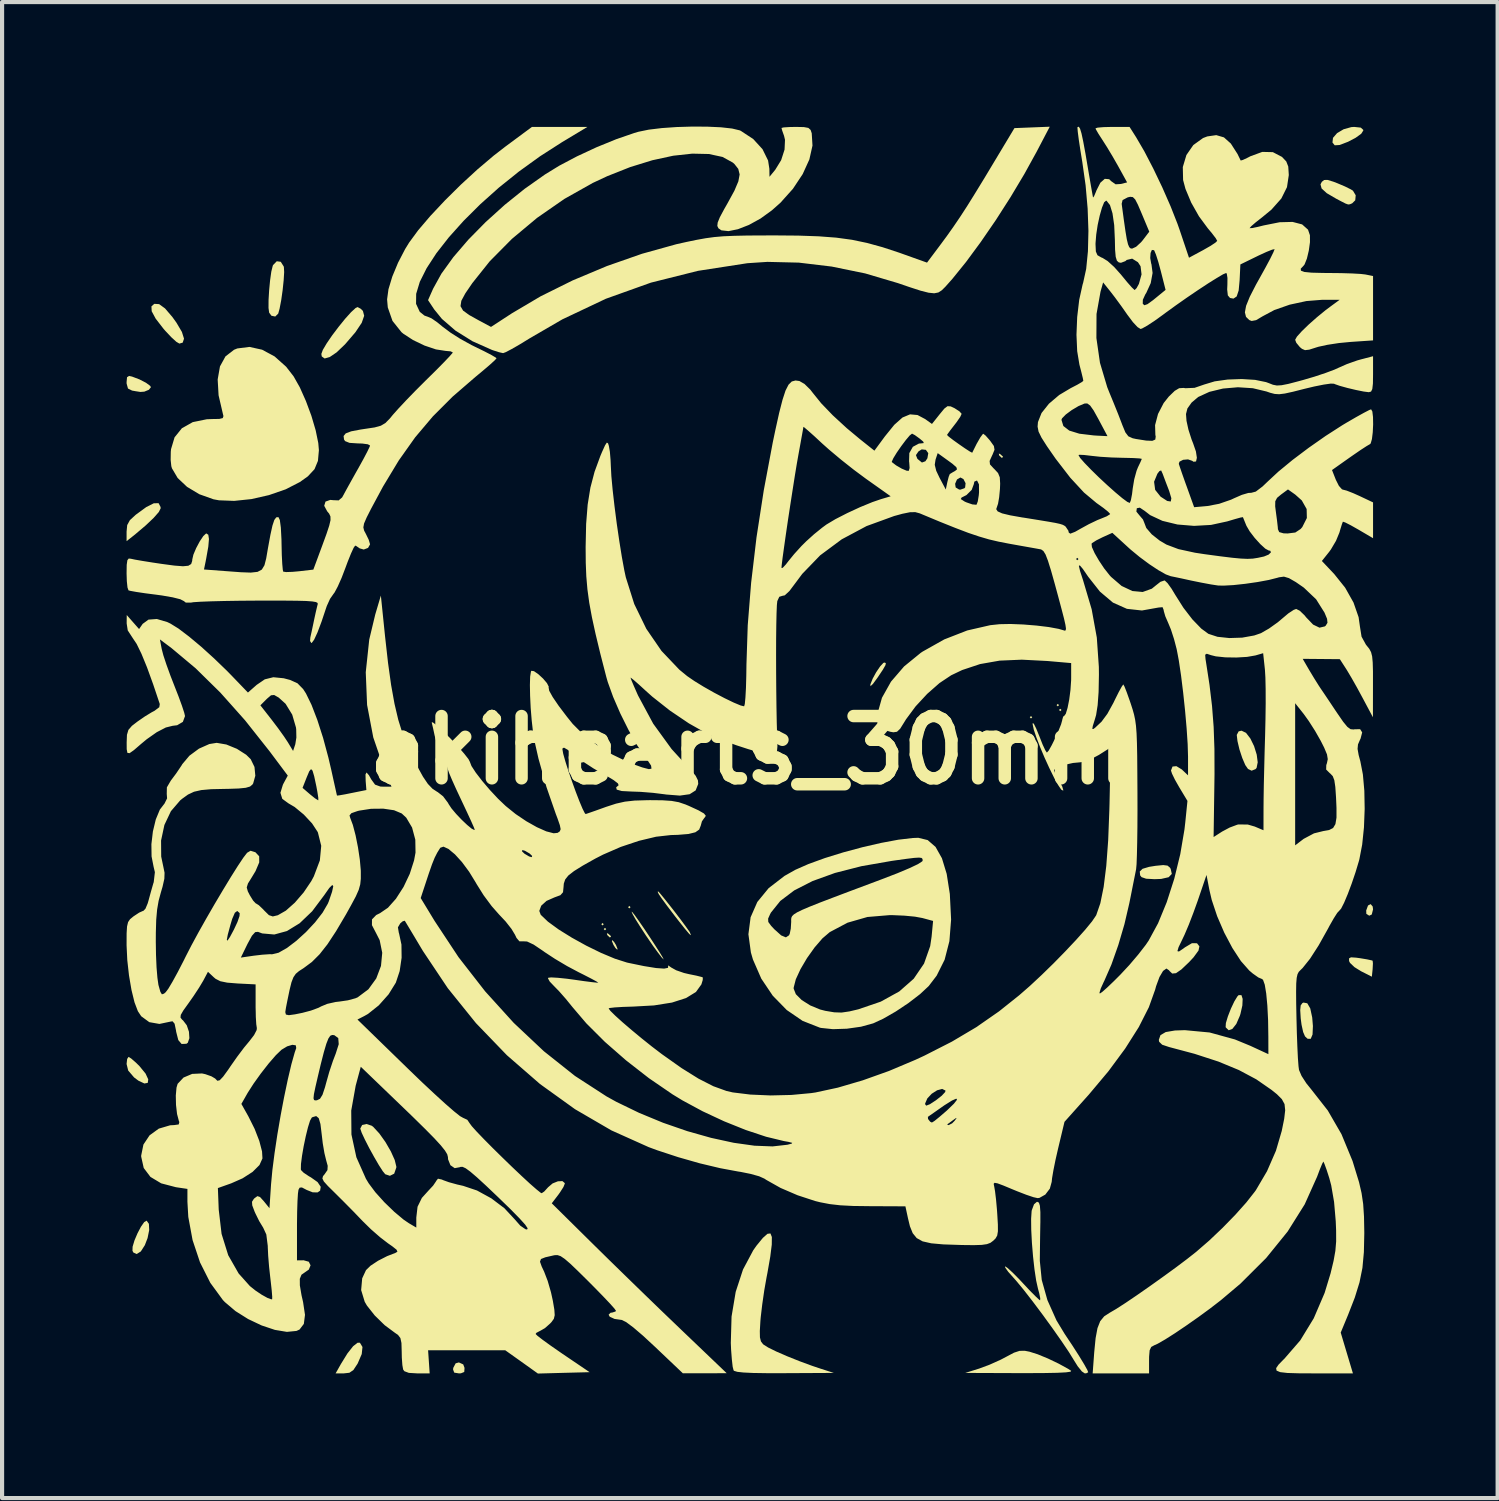
<source format=kicad_pcb>
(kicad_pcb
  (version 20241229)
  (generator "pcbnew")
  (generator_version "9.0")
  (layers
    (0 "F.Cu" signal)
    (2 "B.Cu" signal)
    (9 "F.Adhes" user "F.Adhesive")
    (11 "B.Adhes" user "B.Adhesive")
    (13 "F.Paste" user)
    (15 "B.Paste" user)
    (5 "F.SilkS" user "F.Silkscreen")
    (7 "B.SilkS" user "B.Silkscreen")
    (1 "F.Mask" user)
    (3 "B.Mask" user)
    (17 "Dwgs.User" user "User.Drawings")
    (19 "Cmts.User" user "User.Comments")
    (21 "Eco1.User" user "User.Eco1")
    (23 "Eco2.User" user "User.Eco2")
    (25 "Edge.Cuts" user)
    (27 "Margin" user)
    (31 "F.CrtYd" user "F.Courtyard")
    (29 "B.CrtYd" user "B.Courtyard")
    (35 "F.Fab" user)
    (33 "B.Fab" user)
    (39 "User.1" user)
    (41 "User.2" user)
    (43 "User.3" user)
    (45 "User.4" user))
  (footprint "akihearts_30mm"
    (layer "F.Cu")
    (at 15.017 15.025)
    (property "Reference" "akihearts_30mm" (at 0 0 0) (layer "F.SilkS") (effects (font (size 1.5 1.5) (thickness 0.3))))
    (attr board_only exclude_from_pos_files exclude_from_bom)
    (fp_poly (pts (xy -3.52 4.194) (xy -3.549 4.224) (xy -3.578 4.194) (xy -3.549 4.165)) (stroke (width 0) (type solid)) (fill yes) (layer "F.SilkS"))
    (fp_poly (pts (xy -3.461 4.312) (xy -3.49 4.341) (xy -3.52 4.312) (xy -3.49 4.282)) (stroke (width 0) (type solid)) (fill yes) (layer "F.SilkS"))
    (fp_poly (pts (xy -2.874 3.784) (xy -2.904 3.813) (xy -2.933 3.784) (xy -2.904 3.754)) (stroke (width 0) (type solid)) (fill yes) (layer "F.SilkS"))
    (fp_poly (pts (xy 6.805 -0.792) (xy 6.775 -0.763) (xy 6.746 -0.792) (xy 6.775 -0.821)) (stroke (width 0) (type solid)) (fill yes) (layer "F.SilkS"))
    (fp_poly (pts (xy 7.45 -1.085) (xy 7.421 -1.056) (xy 7.391 -1.085) (xy 7.421 -1.115)) (stroke (width 0) (type solid)) (fill yes) (layer "F.SilkS"))
    (fp_poly (pts (xy 7.509 -0.968) (xy 7.479 -0.939) (xy 7.45 -0.968) (xy 7.479 -0.997)) (stroke (width 0) (type solid)) (fill yes) (layer "F.SilkS"))
    (fp_poly (pts (xy -3.411 4.423) (xy -3.349 4.478) (xy -3.344 4.491) (xy -3.371 4.515) (xy -3.429 4.461) (xy -3.437 4.449) (xy -3.444 4.409)) (stroke (width 0) (type solid)) (fill yes) (layer "F.SilkS"))
    (fp_poly (pts (xy 6.033 -7.133) (xy 6.095 -7.078) (xy 6.101 -7.065) (xy 6.073 -7.041) (xy 6.015 -7.095) (xy 6.007 -7.107) (xy 6 -7.147)) (stroke (width 0) (type solid)) (fill yes) (layer "F.SilkS"))
    (fp_poly (pts (xy -3.271 4.62) (xy -3.226 4.693) (xy -3.189 4.784) (xy -3.193 4.81) (xy -3.24 4.765) (xy -3.285 4.693) (xy -3.323 4.602) (xy -3.318 4.576)) (stroke (width 0) (type solid)) (fill yes) (layer "F.SilkS"))
    (fp_poly (pts (xy 15.008 3.767) (xy 15.017 3.837) (xy 14.986 3.96) (xy 14.925 3.989) (xy 14.855 3.944) (xy 14.852 3.862) (xy 14.896 3.743) (xy 14.959 3.71)) (stroke (width 0) (type solid)) (fill yes) (layer "F.SilkS"))
    (fp_poly (pts (xy -6.905 14.801) (xy -6.874 14.885) (xy -6.881 14.983) (xy -6.963 15.016) (xy -7.01 15.017) (xy -7.122 14.999) (xy -7.15 14.925) (xy -7.146 14.885) (xy -7.088 14.775) (xy -7.01 14.753)) (stroke (width 0) (type solid)) (fill yes) (layer "F.SilkS"))
    (fp_poly (pts (xy -14.906 7.43) (xy -14.792 7.529) (xy -14.706 7.614) (xy -14.559 7.794) (xy -14.495 7.933) (xy -14.507 8.017) (xy -14.588 8.032) (xy -14.732 7.964) (xy -14.837 7.885) (xy -14.978 7.72) (xy -15.017 7.562) (xy -15.003 7.441) (xy -14.97 7.391)) (stroke (width 0) (type solid)) (fill yes) (layer "F.SilkS"))
    (fp_poly (pts (xy -9.333 14.381) (xy -9.351 14.552) (xy -9.448 14.777) (xy -9.455 14.789) (xy -9.552 14.936) (xy -9.648 15.002) (xy -9.782 15.017) (xy -9.98 15.017) (xy -9.852 14.79) (xy -9.696 14.537) (xy -9.559 14.363) (xy -9.45 14.278) (xy -9.395 14.278)) (stroke (width 0) (type solid)) (fill yes) (layer "F.SilkS"))
    (fp_poly (pts (xy 3.277 -2.099) (xy 3.269 -2.049) (xy 3.208 -1.942) (xy 3.087 -1.761) (xy 3.075 -1.743) (xy 2.965 -1.594) (xy 2.907 -1.54) (xy 2.905 -1.584) (xy 2.96 -1.722) (xy 3.045 -1.878) (xy 3.139 -2.016) (xy 3.217 -2.101) (xy 3.241 -2.111)) (stroke (width 0) (type solid)) (fill yes) (layer "F.SilkS"))
    (fp_poly (pts (xy -14.479 11.413) (xy -14.472 11.563) (xy -14.511 11.756) (xy -14.577 11.928) (xy -14.674 12.079) (xy -14.773 12.141) (xy -14.853 12.105) (xy -14.875 12.063) (xy -14.872 11.965) (xy -14.827 11.814) (xy -14.754 11.642) (xy -14.671 11.484) (xy -14.592 11.371) (xy -14.534 11.337)) (stroke (width 0) (type solid)) (fill yes) (layer "F.SilkS"))
    (fp_poly (pts (xy 14.721 -15) (xy 14.781 -14.946) (xy 14.782 -14.93) (xy 14.732 -14.852) (xy 14.599 -14.756) (xy 14.415 -14.659) (xy 14.21 -14.581) (xy 14.093 -14.574) (xy 14.039 -14.641) (xy 14.052 -14.754) (xy 14.15 -14.867) (xy 14.307 -14.96) (xy 14.492 -15.012) (xy 14.562 -15.017)) (stroke (width 0) (type solid)) (fill yes) (layer "F.SilkS"))
    (fp_poly (pts (xy -14.885 -9.001) (xy -14.706 -8.933) (xy -14.549 -8.852) (xy -14.449 -8.778) (xy -14.43 -8.745) (xy -14.48 -8.683) (xy -14.59 -8.638) (xy -14.685 -8.631) (xy -14.795 -8.648) (xy -14.885 -8.664) (xy -14.983 -8.713) (xy -15.016 -8.831) (xy -15.017 -8.866) (xy -15.006 -8.986) (xy -14.956 -9.017)) (stroke (width 0) (type solid)) (fill yes) (layer "F.SilkS"))
    (fp_poly (pts (xy 10.065 2.782) (xy 10.124 2.832) (xy 10.141 2.861) (xy 10.168 2.982) (xy 10.092 3.062) (xy 9.91 3.103) (xy 9.753 3.109) (xy 9.549 3.098) (xy 9.439 3.06) (xy 9.405 3.017) (xy 9.396 2.924) (xy 9.463 2.859) (xy 9.621 2.812) (xy 9.777 2.787) (xy 9.961 2.769)) (stroke (width 0) (type solid)) (fill yes) (layer "F.SilkS"))
    (fp_poly (pts (xy 13.432 6.099) (xy 13.504 6.223) (xy 13.551 6.442) (xy 13.568 6.648) (xy 13.559 6.852) (xy 13.515 6.956) (xy 13.439 6.954) (xy 13.378 6.897) (xy 13.333 6.793) (xy 13.294 6.616) (xy 13.274 6.464) (xy 13.262 6.263) (xy 13.274 6.149) (xy 13.315 6.094) (xy 13.34 6.082)) (stroke (width 0) (type solid)) (fill yes) (layer "F.SilkS"))
    (fp_poly (pts (xy 14.608 5) (xy 14.703 5.013) (xy 14.872 5.041) (xy 14.983 5.065) (xy 15.007 5.074) (xy 15.014 5.139) (xy 15.007 5.27) (xy 15.007 5.275) (xy 14.988 5.459) (xy 14.724 5.325) (xy 14.567 5.227) (xy 14.462 5.126) (xy 14.439 5.081) (xy 14.439 5.017) (xy 14.486 4.992)) (stroke (width 0) (type solid)) (fill yes) (layer "F.SilkS"))
    (fp_poly (pts (xy -14.233 -10.747) (xy -14.09 -10.643) (xy -13.914 -10.437) (xy -13.816 -10.301) (xy -13.684 -10.077) (xy -13.633 -9.914) (xy -13.665 -9.819) (xy -13.745 -9.796) (xy -13.818 -9.839) (xy -13.941 -9.951) (xy -14.09 -10.11) (xy -14.128 -10.154) (xy -14.316 -10.397) (xy -14.412 -10.575) (xy -14.418 -10.693) (xy -14.349 -10.754)) (stroke (width 0) (type solid)) (fill yes) (layer "F.SilkS"))
    (fp_poly (pts (xy -14.198 -5.859) (xy -14.196 -5.826) (xy -14.241 -5.737) (xy -14.366 -5.595) (xy -14.557 -5.414) (xy -14.799 -5.209) (xy -14.881 -5.143) (xy -15.017 -5.036) (xy -15.017 -5.265) (xy -15.002 -5.423) (xy -14.937 -5.542) (xy -14.798 -5.67) (xy -14.797 -5.671) (xy -14.544 -5.856) (xy -14.36 -5.949) (xy -14.245 -5.95)) (stroke (width 0) (type solid)) (fill yes) (layer "F.SilkS"))
    (fp_poly (pts (xy 11.846 5.903) (xy 11.875 5.994) (xy 11.868 6.152) (xy 11.822 6.355) (xy 11.807 6.402) (xy 11.722 6.597) (xy 11.627 6.717) (xy 11.538 6.749) (xy 11.47 6.683) (xy 11.465 6.671) (xy 11.471 6.576) (xy 11.519 6.416) (xy 11.591 6.231) (xy 11.673 6.057) (xy 11.748 5.934) (xy 11.78 5.902)) (stroke (width 0) (type solid)) (fill yes) (layer "F.SilkS"))
    (fp_poly (pts (xy 11.956 -0.417) (xy 12.061 -0.28) (xy 12.151 -0.095) (xy 12.214 0.108) (xy 12.238 0.293) (xy 12.211 0.428) (xy 12.186 0.457) (xy 12.091 0.495) (xy 12.004 0.453) (xy 11.939 0.36) (xy 11.866 0.19) (xy 11.798 -0.016) (xy 11.75 -0.219) (xy 11.733 -0.367) (xy 11.779 -0.453) (xy 11.848 -0.469)) (stroke (width 0) (type solid)) (fill yes) (layer "F.SilkS"))
    (fp_poly (pts (xy -2.833 3.901) (xy -2.775 3.973) (xy -2.677 4.111) (xy -2.552 4.292) (xy -2.418 4.493) (xy -2.288 4.692) (xy -2.177 4.865) (xy -2.101 4.99) (xy -2.076 5.044) (xy -2.076 5.045) (xy -2.12 5) (xy -2.211 4.882) (xy -2.333 4.715) (xy -2.358 4.678) (xy -2.508 4.459) (xy -2.642 4.253) (xy -2.752 4.078) (xy -2.824 3.952) (xy -2.85 3.892)) (stroke (width 0) (type solid)) (fill yes) (layer "F.SilkS"))
    (fp_poly (pts (xy -2.168 3.445) (xy -2.074 3.559) (xy -1.946 3.72) (xy -1.802 3.904) (xy -1.662 4.088) (xy -1.542 4.25) (xy -1.461 4.364) (xy -1.449 4.382) (xy -1.421 4.449) (xy -1.427 4.458) (xy -1.471 4.415) (xy -1.569 4.298) (xy -1.705 4.127) (xy -1.801 4.004) (xy -1.994 3.75) (xy -2.122 3.576) (xy -2.195 3.468) (xy -2.22 3.415) (xy -2.21 3.402)) (stroke (width 0) (type solid)) (fill yes) (layer "F.SilkS"))
    (fp_poly (pts (xy 14.061 -13.697) (xy 14.157 -13.66) (xy 14.339 -13.583) (xy 14.482 -13.512) (xy 14.533 -13.48) (xy 14.599 -13.369) (xy 14.588 -13.249) (xy 14.514 -13.176) (xy 14.459 -13.153) (xy 14.417 -13.148) (xy 14.355 -13.17) (xy 14.241 -13.228) (xy 14.133 -13.285) (xy 13.902 -13.42) (xy 13.777 -13.534) (xy 13.751 -13.633) (xy 13.783 -13.694) (xy 13.838 -13.738) (xy 13.92 -13.74)) (stroke (width 0) (type solid)) (fill yes) (layer "F.SilkS"))
    (fp_poly (pts (xy -11.302 -11.767) (xy -11.231 -11.655) (xy -11.227 -11.64) (xy -11.22 -11.519) (xy -11.232 -11.321) (xy -11.257 -11.083) (xy -11.291 -10.843) (xy -11.33 -10.638) (xy -11.363 -10.519) (xy -11.435 -10.448) (xy -11.527 -10.467) (xy -11.582 -10.542) (xy -11.597 -10.655) (xy -11.596 -10.847) (xy -11.582 -11.081) (xy -11.559 -11.321) (xy -11.53 -11.529) (xy -11.496 -11.668) (xy -11.488 -11.688) (xy -11.398 -11.78)) (stroke (width 0) (type solid)) (fill yes) (layer "F.SilkS"))
    (fp_poly (pts (xy -9.376 -10.636) (xy -9.323 -10.584) (xy -9.292 -10.467) (xy -9.351 -10.297) (xy -9.503 -10.07) (xy -9.75 -9.782) (xy -9.763 -9.769) (xy -9.957 -9.584) (xy -10.122 -9.472) (xy -10.245 -9.437) (xy -10.314 -9.486) (xy -10.324 -9.547) (xy -10.288 -9.645) (xy -10.195 -9.802) (xy -10.063 -9.995) (xy -9.908 -10.2) (xy -9.751 -10.394) (xy -9.608 -10.553) (xy -9.499 -10.653) (xy -9.451 -10.676)) (stroke (width 0) (type solid)) (fill yes) (layer "F.SilkS"))
    (fp_poly (pts (xy 6.741 14.495) (xy 6.934 14.556) (xy 7.182 14.658) (xy 7.441 14.782) (xy 7.667 14.906) (xy 7.743 14.955) (xy 7.73 14.976) (xy 7.619 14.992) (xy 7.406 15.003) (xy 7.085 15.009) (xy 6.653 15.011) (xy 6.511 15.011) (xy 5.191 15.006) (xy 5.527 14.901) (xy 5.779 14.807) (xy 6.048 14.686) (xy 6.179 14.617) (xy 6.366 14.518) (xy 6.501 14.474) (xy 6.629 14.473)) (stroke (width 0) (type solid)) (fill yes) (layer "F.SilkS"))
    (fp_poly (pts (xy -9.11 9.05) (xy -9.075 9.076) (xy -8.927 9.236) (xy -8.779 9.444) (xy -8.649 9.669) (xy -8.556 9.876) (xy -8.517 10.035) (xy -8.518 10.058) (xy -8.569 10.205) (xy -8.672 10.256) (xy -8.784 10.219) (xy -8.843 10.147) (xy -8.938 9.999) (xy -9.052 9.803) (xy -9.17 9.589) (xy -9.275 9.384) (xy -9.352 9.219) (xy -9.385 9.123) (xy -9.386 9.118) (xy -9.341 9.032) (xy -9.235 9.008)) (stroke (width 0) (type solid)) (fill yes) (layer "F.SilkS"))
    (fp_poly (pts (xy 0.531 11.731) (xy 0.529 11.915) (xy 0.493 12.203) (xy 0.424 12.598) (xy 0.404 12.7) (xy 0.348 13.018) (xy 0.299 13.358) (xy 0.263 13.663) (xy 0.255 13.756) (xy 0.241 13.997) (xy 0.244 14.15) (xy 0.268 14.246) (xy 0.317 14.311) (xy 0.33 14.323) (xy 0.443 14.394) (xy 0.642 14.492) (xy 0.902 14.605) (xy 1.197 14.723) (xy 1.504 14.836) (xy 1.701 14.902) (xy 2.024 15.006) (xy 0.839 15.012) (xy 0.407 15.012) (xy 0.081 15.007) (xy -0.151 14.996) (xy -0.299 14.98) (xy -0.377 14.957) (xy -0.391 14.944) (xy -0.413 14.857) (xy -0.433 14.681) (xy -0.451 14.447) (xy -0.458 14.284) (xy -0.44 13.648) (xy -0.34 13.052) (xy -0.164 12.514) (xy 0.083 12.05) (xy 0.163 11.937) (xy 0.314 11.753) (xy 0.425 11.654) (xy 0.497 11.645)) (stroke (width 0) (type solid)) (fill yes) (layer "F.SilkS"))
    (fp_poly (pts (xy -11.752 -9.649) (xy -11.451 -9.487) (xy -11.173 -9.239) (xy -10.994 -9.009) (xy -10.843 -8.742) (xy -10.696 -8.412) (xy -10.564 -8.056) (xy -10.461 -7.707) (xy -10.398 -7.4) (xy -10.383 -7.228) (xy -10.406 -6.97) (xy -10.488 -6.771) (xy -10.648 -6.598) (xy -10.842 -6.46) (xy -11.185 -6.284) (xy -11.587 -6.145) (xy -12.011 -6.049) (xy -12.424 -6.006) (xy -12.791 -6.02) (xy -12.921 -6.044) (xy -13.263 -6.166) (xy -13.559 -6.343) (xy -13.786 -6.557) (xy -13.924 -6.791) (xy -13.939 -6.842) (xy -13.955 -6.992) (xy -13.952 -7.189) (xy -13.946 -7.252) (xy -13.861 -7.537) (xy -13.684 -7.757) (xy -13.422 -7.904) (xy -13.085 -7.973) (xy -12.959 -7.978) (xy -12.783 -7.981) (xy -12.7 -8.001) (xy -12.683 -8.049) (xy -12.698 -8.11) (xy -12.8 -8.549) (xy -12.822 -8.931) (xy -12.767 -9.246) (xy -12.634 -9.488) (xy -12.428 -9.647) (xy -12.349 -9.679) (xy -12.057 -9.716)) (stroke (width 0) (type solid)) (fill yes) (layer "F.SilkS"))
    (fp_poly (pts (xy 6.966 10.903) (xy 6.99 10.979) (xy 7.001 11.131) (xy 7.001 11.379) (xy 7 11.409) (xy 6.995 11.705) (xy 6.991 12.01) (xy 6.988 12.267) (xy 6.988 12.308) (xy 7.034 12.766) (xy 7.171 13.253) (xy 7.389 13.74) (xy 7.587 14.067) (xy 7.771 14.343) (xy 7.931 14.592) (xy 8.055 14.796) (xy 8.133 14.936) (xy 8.154 14.991) (xy 8.106 15.015) (xy 8.071 15.017) (xy 8.001 14.97) (xy 7.901 14.846) (xy 7.815 14.709) (xy 7.688 14.503) (xy 7.506 14.233) (xy 7.288 13.923) (xy 7.052 13.598) (xy 6.816 13.283) (xy 6.599 13.004) (xy 6.418 12.785) (xy 6.347 12.705) (xy 6.225 12.568) (xy 6.155 12.47) (xy 6.15 12.436) (xy 6.211 12.477) (xy 6.33 12.586) (xy 6.487 12.744) (xy 6.583 12.847) (xy 6.749 13.024) (xy 6.886 13.162) (xy 6.974 13.244) (xy 6.995 13.257) (xy 6.998 13.207) (xy 6.972 13.079) (xy 6.944 12.979) (xy 6.9 12.782) (xy 6.859 12.511) (xy 6.824 12.196) (xy 6.797 11.867) (xy 6.781 11.556) (xy 6.778 11.294) (xy 6.79 11.11) (xy 6.794 11.087) (xy 6.848 10.943) (xy 6.918 10.882) (xy 6.924 10.882)) (stroke (width 0) (type solid)) (fill yes) (layer "F.SilkS"))
    (fp_poly (pts (xy 4.286 2.167) (xy 4.476 2.333) (xy 4.629 2.605) (xy 4.744 2.982) (xy 4.819 3.462) (xy 4.82 3.478) (xy 4.85 4.082) (xy 4.809 4.603) (xy 4.694 5.05) (xy 4.502 5.434) (xy 4.31 5.685) (xy 4.103 5.878) (xy 3.826 6.091) (xy 3.516 6.298) (xy 3.211 6.473) (xy 2.973 6.583) (xy 2.679 6.664) (xy 2.339 6.712) (xy 2.002 6.723) (xy 1.716 6.693) (xy 1.686 6.686) (xy 1.273 6.524) (xy 0.89 6.262) (xy 0.553 5.917) (xy 0.438 5.746) (xy 1.056 5.746) (xy 1.109 5.88) (xy 1.25 6.021) (xy 1.454 6.15) (xy 1.693 6.249) (xy 1.818 6.281) (xy 2.034 6.317) (xy 2.211 6.323) (xy 2.401 6.295) (xy 2.613 6.245) (xy 3.155 6.06) (xy 3.601 5.814) (xy 3.95 5.507) (xy 4.198 5.143) (xy 4.346 4.723) (xy 4.38 4.495) (xy 4.416 4.115) (xy 4.158 4.045) (xy 3.978 4.012) (xy 3.727 3.988) (xy 3.452 3.976) (xy 3.373 3.975) (xy 2.834 4.02) (xy 2.354 4.158) (xy 1.927 4.384) (xy 1.749 4.536) (xy 1.56 4.755) (xy 1.378 5.011) (xy 1.221 5.277) (xy 1.108 5.522) (xy 1.057 5.72) (xy 1.056 5.746) (xy 0.438 5.746) (xy 0.276 5.505) (xy 0.075 5.044) (xy 0.026 4.875) (xy -0.034 4.436) (xy 0.015 4.059) (xy 0.441 4.059) (xy 0.445 4.14) (xy 0.515 4.235) (xy 0.593 4.318) (xy 0.756 4.464) (xy 0.869 4.511) (xy 0.944 4.462) (xy 0.962 4.424) (xy 0.987 4.302) (xy 0.997 4.137) (xy 0.997 4.137) (xy 0.996 4.085) (xy 1 4.041) (xy 1.019 4) (xy 1.062 3.957) (xy 1.14 3.908) (xy 1.263 3.848) (xy 1.441 3.772) (xy 1.684 3.675) (xy 2.001 3.554) (xy 2.403 3.402) (xy 2.9 3.216) (xy 3.182 3.11) (xy 3.558 2.965) (xy 3.85 2.842) (xy 4.052 2.746) (xy 4.154 2.68) (xy 4.165 2.661) (xy 4.161 2.621) (xy 4.138 2.597) (xy 4.077 2.589) (xy 3.96 2.596) (xy 3.766 2.62) (xy 3.479 2.66) (xy 3.417 2.669) (xy 2.689 2.796) (xy 2.052 2.959) (xy 1.512 3.154) (xy 1.071 3.379) (xy 0.735 3.633) (xy 0.509 3.914) (xy 0.489 3.952) (xy 0.441 4.059) (xy 0.015 4.059) (xy 0.018 4.029) (xy 0.181 3.658) (xy 0.454 3.325) (xy 0.835 3.031) (xy 1.095 2.884) (xy 1.415 2.743) (xy 1.81 2.6) (xy 2.252 2.463) (xy 2.713 2.339) (xy 3.165 2.235) (xy 3.578 2.158) (xy 3.926 2.117) (xy 4.06 2.112)) (stroke (width 0) (type solid)) (fill yes) (layer "F.SilkS"))
    (fp_poly (pts (xy -1.025 -15.023) (xy -0.696 -15.008) (xy -0.427 -14.978) (xy -0.243 -14.934) (xy -0.217 -14.922) (xy 0.082 -14.725) (xy 0.306 -14.48) (xy 0.44 -14.208) (xy 0.471 -14.008) (xy 0.474 -13.815) (xy 0.613 -13.985) (xy 0.755 -14.216) (xy 0.837 -14.47) (xy 0.848 -14.706) (xy 0.825 -14.802) (xy 0.781 -14.926) (xy 0.763 -14.992) (xy 0.816 -15.005) (xy 0.954 -15.014) (xy 1.108 -15.017) (xy 1.303 -15.013) (xy 1.411 -14.993) (xy 1.465 -14.944) (xy 1.492 -14.864) (xy 1.51 -14.567) (xy 1.435 -14.233) (xy 1.274 -13.88) (xy 1.039 -13.526) (xy 0.738 -13.19) (xy 0.533 -13.008) (xy 0.258 -12.809) (xy -0.022 -12.655) (xy -0.286 -12.552) (xy -0.514 -12.506) (xy -0.685 -12.525) (xy -0.756 -12.574) (xy -0.783 -12.631) (xy -0.774 -12.713) (xy -0.722 -12.841) (xy -0.618 -13.035) (xy -0.533 -13.184) (xy -0.371 -13.481) (xy -0.276 -13.705) (xy -0.245 -13.872) (xy -0.278 -14.005) (xy -0.37 -14.122) (xy -0.411 -14.158) (xy -0.656 -14.293) (xy -0.986 -14.364) (xy -1.386 -14.373) (xy -1.845 -14.323) (xy -2.348 -14.214) (xy -2.882 -14.049) (xy -3.435 -13.83) (xy -3.784 -13.667) (xy -4.468 -13.282) (xy -5.125 -12.826) (xy -5.732 -12.319) (xy -6.266 -11.78) (xy -6.685 -11.255) (xy -6.855 -11.006) (xy -6.951 -10.828) (xy -6.971 -10.698) (xy -6.909 -10.591) (xy -6.761 -10.484) (xy -6.535 -10.358) (xy -6.236 -10.198) (xy -5.731 -10.527) (xy -5.041 -10.935) (xy -4.267 -11.319) (xy -3.442 -11.665) (xy -2.599 -11.96) (xy -1.772 -12.19) (xy -1.526 -12.245) (xy -1.279 -12.296) (xy -1.063 -12.335) (xy -0.856 -12.363) (xy -0.634 -12.382) (xy -0.375 -12.393) (xy -0.055 -12.4) (xy 0.347 -12.402) (xy 0.587 -12.403) (xy 1.169 -12.398) (xy 1.659 -12.381) (xy 2.082 -12.349) (xy 2.463 -12.297) (xy 2.826 -12.221) (xy 3.197 -12.119) (xy 3.601 -11.986) (xy 3.721 -11.943) (xy 4.27 -11.747) (xy 4.561 -12.135) (xy 4.743 -12.381) (xy 4.906 -12.611) (xy 5.065 -12.845) (xy 5.234 -13.105) (xy 5.425 -13.412) (xy 5.654 -13.786) (xy 5.812 -14.049) (xy 6.376 -14.988) (xy 6.801 -15.005) (xy 7.227 -15.022) (xy 6.911 -14.419) (xy 6.615 -13.882) (xy 6.282 -13.325) (xy 5.927 -12.771) (xy 5.564 -12.243) (xy 5.211 -11.764) (xy 4.881 -11.356) (xy 4.711 -11.165) (xy 4.626 -11.081) (xy 4.544 -11.028) (xy 4.444 -11.008) (xy 4.307 -11.022) (xy 4.114 -11.071) (xy 3.846 -11.158) (xy 3.566 -11.254) (xy 2.779 -11.487) (xy 1.974 -11.652) (xy 1.18 -11.747) (xy 0.423 -11.765) (xy -0.059 -11.733) (xy -1.248 -11.549) (xy -2.382 -11.265) (xy -3.469 -10.876) (xy -4.517 -10.38) (xy -5.301 -9.925) (xy -5.534 -9.782) (xy -5.735 -9.666) (xy -5.88 -9.59) (xy -5.945 -9.566) (xy -6.042 -9.588) (xy -6.192 -9.636) (xy -6.221 -9.647) (xy -6.683 -9.853) (xy -7.089 -10.106) (xy -7.418 -10.39) (xy -7.605 -10.62) (xy -7.753 -10.843) (xy -7.631 -11.119) (xy -7.431 -11.481) (xy -7.143 -11.88) (xy -6.782 -12.3) (xy -6.365 -12.724) (xy -5.907 -13.138) (xy -5.426 -13.525) (xy -4.937 -13.87) (xy -4.594 -14.081) (xy -4.164 -14.308) (xy -3.691 -14.528) (xy -3.218 -14.721) (xy -2.786 -14.87) (xy -2.684 -14.9) (xy -2.435 -14.951) (xy -2.12 -14.989) (xy -1.762 -15.014) (xy -1.389 -15.025)) (stroke (width 0) (type solid)) (fill yes) (layer "F.SilkS"))
    (fp_poly (pts (xy -4.524 -14.65) (xy -5.055 -14.309) (xy -5.566 -13.94) (xy -6.048 -13.553) (xy -6.494 -13.154) (xy -6.898 -12.752) (xy -7.252 -12.357) (xy -7.551 -11.975) (xy -7.786 -11.615) (xy -7.951 -11.286) (xy -8.039 -10.996) (xy -8.042 -10.754) (xy -7.955 -10.566) (xy -7.949 -10.559) (xy -7.84 -10.471) (xy -7.758 -10.442) (xy -7.671 -10.405) (xy -7.533 -10.31) (xy -7.4 -10.201) (xy -7.219 -10.065) (xy -6.974 -9.909) (xy -6.707 -9.762) (xy -6.616 -9.717) (xy -6.397 -9.61) (xy -6.224 -9.52) (xy -6.121 -9.459) (xy -6.103 -9.441) (xy -6.145 -9.394) (xy -6.26 -9.289) (xy -6.431 -9.143) (xy -6.614 -8.991) (xy -7.16 -8.519) (xy -7.636 -8.043) (xy -8.063 -7.538) (xy -8.458 -6.981) (xy -8.839 -6.35) (xy -9.127 -5.814) (xy -9.235 -5.601) (xy -9.295 -5.461) (xy -9.312 -5.367) (xy -9.293 -5.289) (xy -9.25 -5.208) (xy -9.182 -5.068) (xy -9.151 -4.962) (xy -9.151 -4.958) (xy -9.199 -4.873) (xy -9.302 -4.834) (xy -9.402 -4.862) (xy -9.407 -4.867) (xy -9.488 -4.922) (xy -9.51 -4.927) (xy -9.546 -4.876) (xy -9.61 -4.737) (xy -9.691 -4.535) (xy -9.744 -4.392) (xy -9.837 -4.149) (xy -9.929 -3.942) (xy -10.005 -3.8) (xy -10.034 -3.761) (xy -10.115 -3.645) (xy -10.192 -3.475) (xy -10.207 -3.432) (xy -10.318 -3.1) (xy -10.416 -2.839) (xy -10.497 -2.663) (xy -10.555 -2.584) (xy -10.564 -2.581) (xy -10.596 -2.629) (xy -10.59 -2.713) (xy -10.56 -2.848) (xy -10.519 -3.041) (xy -10.499 -3.138) (xy -10.458 -3.326) (xy -10.423 -3.474) (xy -10.411 -3.52) (xy -10.415 -3.547) (xy -10.454 -3.568) (xy -10.541 -3.583) (xy -10.687 -3.594) (xy -10.907 -3.6) (xy -11.212 -3.603) (xy -11.615 -3.603) (xy -11.871 -3.603) (xy -12.282 -3.6) (xy -12.658 -3.594) (xy -12.982 -3.586) (xy -13.237 -3.576) (xy -13.406 -3.565) (xy -13.467 -3.555) (xy -13.59 -3.555) (xy -13.637 -3.592) (xy -13.723 -3.636) (xy -13.906 -3.682) (xy -14.165 -3.727) (xy -14.312 -3.747) (xy -14.569 -3.78) (xy -14.783 -3.812) (xy -14.926 -3.838) (xy -14.971 -3.85) (xy -14.995 -3.919) (xy -15.011 -4.071) (xy -15.017 -4.26) (xy -15.014 -4.465) (xy -14.998 -4.576) (xy -14.965 -4.617) (xy -14.914 -4.612) (xy -14.816 -4.591) (xy -14.631 -4.559) (xy -14.387 -4.52) (xy -14.172 -4.488) (xy -13.866 -4.447) (xy -13.658 -4.431) (xy -13.529 -4.443) (xy -13.461 -4.485) (xy -13.436 -4.56) (xy -13.434 -4.594) (xy -13.407 -4.711) (xy -13.34 -4.869) (xy -13.254 -5.03) (xy -13.168 -5.159) (xy -13.102 -5.22) (xy -13.095 -5.221) (xy -13.048 -5.19) (xy -13.032 -5.088) (xy -13.048 -4.902) (xy -13.098 -4.62) (xy -13.114 -4.537) (xy -13.152 -4.353) (xy -12.603 -4.312) (xy -12.265 -4.287) (xy -12.024 -4.278) (xy -11.861 -4.296) (xy -11.758 -4.351) (xy -11.695 -4.455) (xy -11.653 -4.619) (xy -11.613 -4.852) (xy -11.61 -4.869) (xy -11.551 -5.191) (xy -11.502 -5.412) (xy -11.457 -5.547) (xy -11.411 -5.609) (xy -11.359 -5.615) (xy -11.358 -5.614) (xy -11.324 -5.544) (xy -11.3 -5.363) (xy -11.285 -5.077) (xy -11.283 -4.962) (xy -11.277 -4.702) (xy -11.266 -4.488) (xy -11.253 -4.346) (xy -11.243 -4.301) (xy -11.172 -4.291) (xy -11.021 -4.296) (xy -10.864 -4.31) (xy -10.517 -4.35) (xy -10.303 -4.928) (xy -10.199 -5.213) (xy -10.134 -5.41) (xy -10.103 -5.542) (xy -10.105 -5.631) (xy -10.136 -5.698) (xy -10.185 -5.757) (xy -10.255 -5.888) (xy -10.224 -5.989) (xy -10.108 -6.03) (xy -10.038 -6.023) (xy -9.907 -6.018) (xy -9.823 -6.09) (xy -9.791 -6.148) (xy -9.726 -6.268) (xy -9.621 -6.458) (xy -9.494 -6.685) (xy -9.43 -6.798) (xy -9.31 -7.015) (xy -9.216 -7.194) (xy -9.16 -7.311) (xy -9.151 -7.341) (xy -9.204 -7.37) (xy -9.339 -7.388) (xy -9.446 -7.391) (xy -9.646 -7.404) (xy -9.751 -7.446) (xy -9.777 -7.483) (xy -9.788 -7.569) (xy -9.737 -7.632) (xy -9.606 -7.682) (xy -9.38 -7.725) (xy -9.267 -7.742) (xy -9.04 -7.776) (xy -8.891 -7.817) (xy -8.781 -7.882) (xy -8.674 -7.991) (xy -8.6 -8.081) (xy -8.471 -8.226) (xy -8.282 -8.428) (xy -8.055 -8.662) (xy -7.813 -8.904) (xy -7.764 -8.952) (xy -7.548 -9.165) (xy -7.366 -9.35) (xy -7.233 -9.49) (xy -7.163 -9.571) (xy -7.157 -9.583) (xy -7.208 -9.609) (xy -7.33 -9.62) (xy -7.33 -9.62) (xy -7.563 -9.656) (xy -7.839 -9.749) (xy -8.116 -9.882) (xy -8.35 -10.035) (xy -8.395 -10.073) (xy -8.61 -10.343) (xy -8.723 -10.667) (xy -8.74 -10.861) (xy -8.707 -11.105) (xy -8.615 -11.41) (xy -8.476 -11.745) (xy -8.304 -12.076) (xy -8.209 -12.23) (xy -7.991 -12.527) (xy -7.697 -12.872) (xy -7.347 -13.245) (xy -6.963 -13.625) (xy -6.564 -13.992) (xy -6.17 -14.326) (xy -5.895 -14.539) (xy -5.25 -15.017) (xy -4.582 -15.017) (xy -3.914 -15.017)) (stroke (width 0) (type solid)) (fill yes) (layer "F.SilkS"))
    (fp_poly (pts (xy 7.957 -14.975) (xy 7.992 -14.86) (xy 8.034 -14.663) (xy 8.088 -14.37) (xy 8.124 -14.157) (xy 8.174 -13.862) (xy 8.217 -13.611) (xy 8.25 -13.425) (xy 8.268 -13.326) (xy 8.27 -13.316) (xy 8.294 -13.345) (xy 8.34 -13.453) (xy 8.353 -13.488) (xy 8.447 -13.673) (xy 8.553 -13.766) (xy 8.659 -13.757) (xy 8.708 -13.709) (xy 8.814 -13.634) (xy 8.939 -13.642) (xy 9.091 -13.68) (xy 8.876 -14.07) (xy 8.743 -14.303) (xy 8.604 -14.534) (xy 8.495 -14.705) (xy 8.4 -14.852) (xy 8.34 -14.956) (xy 8.33 -14.984) (xy 8.383 -15) (xy 8.525 -15.012) (xy 8.724 -15.017) (xy 8.74 -15.017) (xy 9.15 -15.017) (xy 9.308 -14.768) (xy 9.507 -14.427) (xy 9.723 -14.011) (xy 9.94 -13.557) (xy 10.14 -13.101) (xy 10.306 -12.679) (xy 10.355 -12.54) (xy 10.582 -11.865) (xy 10.922 -12.048) (xy 11.095 -12.147) (xy 11.217 -12.227) (xy 11.262 -12.271) (xy 11.227 -12.334) (xy 11.135 -12.455) (xy 11.034 -12.576) (xy 10.822 -12.863) (xy 10.635 -13.194) (xy 10.497 -13.524) (xy 10.44 -13.737) (xy 10.433 -14.05) (xy 10.52 -14.34) (xy 10.687 -14.581) (xy 10.921 -14.749) (xy 11.023 -14.788) (xy 11.239 -14.819) (xy 11.424 -14.765) (xy 11.59 -14.616) (xy 11.751 -14.365) (xy 11.828 -14.207) (xy 11.88 -14.221) (xy 11.999 -14.277) (xy 12.062 -14.31) (xy 12.348 -14.415) (xy 12.603 -14.409) (xy 12.823 -14.294) (xy 12.825 -14.292) (xy 12.926 -14.185) (xy 12.974 -14.062) (xy 12.986 -13.874) (xy 12.987 -13.857) (xy 12.943 -13.565) (xy 12.807 -13.292) (xy 12.569 -13.024) (xy 12.347 -12.841) (xy 12.189 -12.717) (xy 12.08 -12.623) (xy 12.041 -12.577) (xy 12.041 -12.577) (xy 12.103 -12.58) (xy 12.244 -12.609) (xy 12.38 -12.643) (xy 12.766 -12.72) (xy 13.077 -12.728) (xy 13.308 -12.668) (xy 13.45 -12.541) (xy 13.496 -12.407) (xy 13.497 -12.239) (xy 13.469 -12.037) (xy 13.423 -11.844) (xy 13.367 -11.704) (xy 13.339 -11.668) (xy 13.275 -11.601) (xy 13.279 -11.553) (xy 13.363 -11.522) (xy 13.537 -11.505) (xy 13.813 -11.498) (xy 13.954 -11.497) (xy 14.247 -11.494) (xy 14.514 -11.486) (xy 14.723 -11.474) (xy 14.834 -11.461) (xy 15.017 -11.424) (xy 15.017 -10.648) (xy 15.017 -9.873) (xy 14.474 -9.836) (xy 14.193 -9.809) (xy 13.92 -9.767) (xy 13.702 -9.72) (xy 13.65 -9.704) (xy 13.48 -9.65) (xy 13.378 -9.638) (xy 13.305 -9.669) (xy 13.254 -9.711) (xy 13.168 -9.815) (xy 13.14 -9.888) (xy 13.183 -9.964) (xy 13.298 -10.092) (xy 13.465 -10.254) (xy 13.664 -10.43) (xy 13.874 -10.602) (xy 13.985 -10.685) (xy 14.213 -10.852) (xy 13.8 -10.852) (xy 13.411 -10.821) (xy 13.009 -10.734) (xy 12.639 -10.605) (xy 12.358 -10.455) (xy 12.199 -10.361) (xy 12.092 -10.341) (xy 12.035 -10.363) (xy 11.956 -10.44) (xy 11.929 -10.549) (xy 11.958 -10.706) (xy 12.046 -10.923) (xy 12.196 -11.216) (xy 12.286 -11.377) (xy 12.425 -11.628) (xy 12.538 -11.839) (xy 12.614 -11.993) (xy 12.644 -12.068) (xy 12.644 -12.072) (xy 12.584 -12.059) (xy 12.447 -12.004) (xy 12.26 -11.918) (xy 12.221 -11.899) (xy 11.82 -11.703) (xy 11.802 -11.323) (xy 11.779 -11.076) (xy 11.731 -10.932) (xy 11.654 -10.88) (xy 11.571 -10.895) (xy 11.518 -10.957) (xy 11.502 -11.1) (xy 11.507 -11.212) (xy 11.509 -11.377) (xy 11.493 -11.48) (xy 11.477 -11.497) (xy 11.402 -11.465) (xy 11.252 -11.377) (xy 11.043 -11.246) (xy 10.797 -11.084) (xy 10.532 -10.904) (xy 10.267 -10.718) (xy 10.021 -10.54) (xy 9.961 -10.495) (xy 9.756 -10.347) (xy 9.578 -10.23) (xy 9.454 -10.161) (xy 9.415 -10.148) (xy 9.342 -10.194) (xy 9.231 -10.313) (xy 9.105 -10.481) (xy 9.101 -10.486) (xy 8.951 -10.7) (xy 8.909 -10.757) (xy 9.468 -10.757) (xy 9.506 -10.72) (xy 9.582 -10.746) (xy 9.716 -10.843) (xy 9.76 -10.879) (xy 10.018 -11.09) (xy 9.903 -11.543) (xy 9.843 -11.763) (xy 9.787 -11.938) (xy 9.746 -12.037) (xy 9.739 -12.046) (xy 9.688 -12.053) (xy 9.656 -11.979) (xy 9.648 -11.858) (xy 9.671 -11.725) (xy 9.678 -11.705) (xy 9.705 -11.498) (xy 9.66 -11.253) (xy 9.553 -11.018) (xy 9.529 -10.981) (xy 9.47 -10.852) (xy 9.468 -10.757) (xy 8.909 -10.757) (xy 8.796 -10.911) (xy 8.692 -11.046) (xy 8.513 -11.27) (xy 8.45 -11.046) (xy 8.354 -10.509) (xy 8.351 -9.93) (xy 8.437 -9.333) (xy 8.612 -8.746) (xy 8.661 -8.623) (xy 8.77 -8.358) (xy 8.876 -8.095) (xy 8.959 -7.879) (xy 8.977 -7.831) (xy 9.049 -7.657) (xy 9.121 -7.562) (xy 9.225 -7.515) (xy 9.308 -7.497) (xy 9.552 -7.459) (xy 9.699 -7.453) (xy 9.77 -7.484) (xy 9.78 -7.556) (xy 9.772 -7.596) (xy 9.765 -7.832) (xy 9.836 -8.101) (xy 9.972 -8.364) (xy 10.096 -8.52) (xy 10.239 -8.658) (xy 10.345 -8.721) (xy 10.452 -8.728) (xy 10.496 -8.721) (xy 10.716 -8.73) (xy 10.952 -8.811) (xy 11.201 -8.886) (xy 11.515 -8.93) (xy 11.853 -8.942) (xy 12.175 -8.922) (xy 12.439 -8.868) (xy 12.504 -8.844) (xy 12.606 -8.804) (xy 12.7 -8.786) (xy 12.814 -8.793) (xy 12.976 -8.825) (xy 13.214 -8.887) (xy 13.325 -8.917) (xy 13.607 -9) (xy 13.874 -9.089) (xy 14.088 -9.169) (xy 14.178 -9.21) (xy 14.391 -9.304) (xy 14.635 -9.39) (xy 14.72 -9.414) (xy 15.017 -9.492) (xy 15.017 -9.058) (xy 15.014 -8.833) (xy 14.999 -8.701) (xy 14.969 -8.64) (xy 14.916 -8.625) (xy 14.914 -8.625) (xy 14.789 -8.641) (xy 14.602 -8.679) (xy 14.396 -8.728) (xy 14.212 -8.779) (xy 14.092 -8.821) (xy 14.078 -8.829) (xy 13.997 -8.832) (xy 13.828 -8.808) (xy 13.598 -8.762) (xy 13.368 -8.707) (xy 13.088 -8.636) (xy 12.893 -8.593) (xy 12.756 -8.576) (xy 12.647 -8.583) (xy 12.538 -8.611) (xy 12.449 -8.642) (xy 12.119 -8.721) (xy 11.76 -8.744) (xy 11.402 -8.713) (xy 11.073 -8.633) (xy 10.803 -8.509) (xy 10.645 -8.375) (xy 10.544 -8.233) (xy 10.51 -8.099) (xy 10.522 -7.935) (xy 10.568 -7.725) (xy 10.644 -7.487) (xy 10.682 -7.391) (xy 10.749 -7.197) (xy 10.772 -7.045) (xy 10.752 -6.956) (xy 10.691 -6.949) (xy 10.658 -6.972) (xy 10.559 -7.006) (xy 10.441 -6.996) (xy 10.353 -6.951) (xy 10.336 -6.9) (xy 10.363 -6.818) (xy 10.419 -6.655) (xy 10.495 -6.44) (xy 10.53 -6.344) (xy 10.706 -5.854) (xy 10.922 -5.873) (xy 12.659 -5.873) (xy 12.677 -5.731) (xy 12.703 -5.536) (xy 12.721 -5.377) (xy 12.725 -5.323) (xy 12.756 -5.254) (xy 12.86 -5.224) (xy 12.96 -5.221) (xy 13.144 -5.244) (xy 13.272 -5.329) (xy 13.312 -5.375) (xy 13.422 -5.593) (xy 13.417 -5.81) (xy 13.3 -6.017) (xy 13.142 -6.158) (xy 12.967 -6.282) (xy 12.8 -6.159) (xy 12.704 -6.079) (xy 12.661 -5.997) (xy 12.659 -5.873) (xy 10.922 -5.873) (xy 11.032 -5.883) (xy 11.309 -5.936) (xy 11.595 -6.035) (xy 11.67 -6.07) (xy 11.855 -6.151) (xy 12.011 -6.197) (xy 12.084 -6.201) (xy 12.192 -6.23) (xy 12.355 -6.354) (xy 12.472 -6.466) (xy 12.737 -6.712) (xy 13.077 -6.992) (xy 13.466 -7.285) (xy 13.876 -7.572) (xy 14.279 -7.831) (xy 14.381 -7.892) (xy 14.607 -8.023) (xy 14.796 -8.128) (xy 14.925 -8.195) (xy 14.97 -8.212) (xy 15 -8.16) (xy 15.016 -8.027) (xy 15.019 -7.848) (xy 15.01 -7.659) (xy 14.99 -7.495) (xy 14.96 -7.391) (xy 14.944 -7.374) (xy 14.865 -7.328) (xy 14.717 -7.232) (xy 14.528 -7.102) (xy 14.449 -7.047) (xy 14.028 -6.749) (xy 14.121 -6.513) (xy 14.194 -6.368) (xy 14.268 -6.285) (xy 14.291 -6.277) (xy 14.383 -6.253) (xy 14.541 -6.191) (xy 14.693 -6.123) (xy 15.017 -5.97) (xy 15.017 -5.538) (xy 15.017 -5.107) (xy 14.661 -5.316) (xy 14.484 -5.416) (xy 14.351 -5.484) (xy 14.291 -5.505) (xy 14.29 -5.505) (xy 14.266 -5.441) (xy 14.224 -5.305) (xy 14.207 -5.244) (xy 14.124 -5.043) (xy 14.001 -4.835) (xy 13.961 -4.78) (xy 13.784 -4.558) (xy 14.081 -4.244) (xy 14.345 -3.914) (xy 14.546 -3.557) (xy 14.669 -3.204) (xy 14.701 -2.978) (xy 14.74 -2.734) (xy 14.846 -2.541) (xy 14.864 -2.519) (xy 14.927 -2.44) (xy 14.969 -2.361) (xy 14.995 -2.26) (xy 15.009 -2.112) (xy 15.015 -1.895) (xy 15.015 -1.586) (xy 15.015 -1.565) (xy 15.014 -0.792) (xy 14.764 -1.261) (xy 14.632 -1.505) (xy 14.499 -1.74) (xy 14.39 -1.923) (xy 14.366 -1.961) (xy 14.217 -2.192) (xy 13.77 -2.196) (xy 13.322 -2.2) (xy 13.475 -1.936) (xy 13.593 -1.74) (xy 13.71 -1.553) (xy 13.751 -1.491) (xy 13.842 -1.357) (xy 13.973 -1.162) (xy 14.119 -0.943) (xy 14.155 -0.89) (xy 14.297 -0.684) (xy 14.398 -0.561) (xy 14.475 -0.505) (xy 14.548 -0.498) (xy 14.574 -0.503) (xy 14.706 -0.505) (xy 14.755 -0.428) (xy 14.717 -0.28) (xy 14.7 -0.245) (xy 14.654 -0.138) (xy 14.644 -0.03) (xy 14.67 0.118) (xy 14.711 0.27) (xy 14.772 0.585) (xy 14.807 0.979) (xy 14.815 1.416) (xy 14.798 1.861) (xy 14.755 2.277) (xy 14.687 2.631) (xy 14.677 2.669) (xy 14.595 2.942) (xy 14.502 3.216) (xy 14.407 3.469) (xy 14.319 3.678) (xy 14.247 3.819) (xy 14.2 3.872) (xy 14.155 3.92) (xy 14.073 4.048) (xy 13.968 4.232) (xy 13.934 4.297) (xy 13.705 4.706) (xy 13.498 5.027) (xy 13.32 5.249) (xy 13.27 5.298) (xy 13.227 5.342) (xy 13.197 5.399) (xy 13.177 5.487) (xy 13.166 5.622) (xy 13.163 5.823) (xy 13.165 6.107) (xy 13.172 6.464) (xy 13.181 6.818) (xy 13.193 7.143) (xy 13.206 7.416) (xy 13.221 7.615) (xy 13.233 7.706) (xy 13.294 7.849) (xy 13.41 8.028) (xy 13.523 8.168) (xy 13.926 8.682) (xy 14.256 9.253) (xy 14.523 9.9) (xy 14.68 10.412) (xy 14.74 10.672) (xy 14.779 10.935) (xy 14.799 11.239) (xy 14.806 11.62) (xy 14.806 11.644) (xy 14.796 12.096) (xy 14.761 12.476) (xy 14.69 12.826) (xy 14.577 13.191) (xy 14.417 13.602) (xy 14.238 14.034) (xy 14.385 14.526) (xy 14.532 15.017) (xy 13.602 15.017) (xy 13.223 15.015) (xy 12.953 15.007) (xy 12.779 14.987) (xy 12.692 14.95) (xy 12.682 14.891) (xy 12.74 14.806) (xy 12.854 14.689) (xy 12.882 14.662) (xy 13.263 14.222) (xy 13.588 13.69) (xy 13.85 13.079) (xy 13.994 12.605) (xy 14.066 12.305) (xy 14.109 12.065) (xy 14.128 11.837) (xy 14.127 11.573) (xy 14.118 11.351) (xy 14.078 10.886) (xy 14.009 10.486) (xy 13.962 10.31) (xy 13.899 10.115) (xy 13.848 9.974) (xy 13.821 9.914) (xy 13.82 9.914) (xy 13.792 9.964) (xy 13.737 10.097) (xy 13.668 10.28) (xy 13.37 10.944) (xy 12.959 11.599) (xy 12.441 12.238) (xy 11.822 12.855) (xy 11.347 13.256) (xy 11.089 13.455) (xy 10.806 13.662) (xy 10.518 13.864) (xy 10.246 14.048) (xy 10.01 14.198) (xy 9.831 14.301) (xy 9.745 14.34) (xy 9.672 14.38) (xy 9.634 14.461) (xy 9.621 14.614) (xy 9.62 14.698) (xy 9.62 15.017) (xy 8.94 15.017) (xy 8.261 15.017) (xy 8.299 14.504) (xy 8.332 14.168) (xy 8.377 13.927) (xy 8.443 13.759) (xy 8.539 13.642) (xy 8.673 13.555) (xy 8.675 13.554) (xy 8.827 13.465) (xy 9.052 13.32) (xy 9.328 13.133) (xy 9.635 12.919) (xy 9.952 12.693) (xy 10.259 12.47) (xy 10.534 12.263) (xy 10.756 12.088) (xy 10.764 12.081) (xy 11.072 11.814) (xy 11.391 11.511) (xy 11.697 11.197) (xy 11.963 10.899) (xy 12.166 10.641) (xy 12.194 10.602) (xy 12.462 10.146) (xy 12.677 9.653) (xy 12.817 9.175) (xy 12.876 8.883) (xy 12.9 8.677) (xy 12.884 8.528) (xy 12.819 8.409) (xy 12.7 8.29) (xy 12.569 8.185) (xy 12.204 7.932) (xy 11.784 7.708) (xy 11.294 7.505) (xy 10.716 7.317) (xy 10.104 7.154) (xy 9.936 7.098) (xy 9.863 7.027) (xy 9.855 6.98) (xy 9.895 6.867) (xy 10.021 6.793) (xy 10.244 6.755) (xy 10.482 6.747) (xy 11.079 6.803) (xy 11.689 6.971) (xy 12.06 7.124) (xy 12.495 7.325) (xy 12.494 6.903) (xy 12.488 6.504) (xy 12.47 6.153) (xy 12.443 5.864) (xy 12.408 5.652) (xy 12.366 5.534) (xy 12.34 5.514) (xy 12.253 5.477) (xy 12.12 5.383) (xy 12.034 5.31) (xy 11.833 5.082) (xy 11.628 4.768) (xy 11.432 4.398) (xy 11.261 4.002) (xy 11.13 3.609) (xy 11.073 3.366) (xy 11.004 3.007) (xy 10.792 3.63) (xy 10.687 3.921) (xy 10.577 4.207) (xy 10.475 4.447) (xy 10.421 4.561) (xy 10.331 4.748) (xy 10.303 4.843) (xy 10.34 4.852) (xy 10.444 4.782) (xy 10.484 4.752) (xy 10.654 4.651) (xy 10.775 4.653) (xy 10.833 4.727) (xy 10.811 4.829) (xy 10.692 4.992) (xy 10.584 5.108) (xy 10.399 5.284) (xy 10.269 5.374) (xy 10.178 5.383) (xy 10.111 5.32) (xy 10.104 5.307) (xy 10.038 5.262) (xy 9.957 5.32) (xy 9.871 5.466) (xy 9.789 5.688) (xy 9.767 5.77) (xy 9.615 6.195) (xy 9.373 6.672) (xy 9.045 7.19) (xy 8.641 7.737) (xy 8.166 8.303) (xy 8.137 8.335) (xy 7.582 8.956) (xy 7.428 9.6) (xy 7.365 9.876) (xy 7.315 10.124) (xy 7.283 10.313) (xy 7.274 10.402) (xy 7.229 10.566) (xy 7.12 10.709) (xy 6.979 10.788) (xy 6.935 10.794) (xy 6.836 10.772) (xy 6.661 10.713) (xy 6.441 10.628) (xy 6.341 10.587) (xy 6.111 10.491) (xy 5.969 10.438) (xy 5.897 10.425) (xy 5.876 10.449) (xy 5.887 10.507) (xy 5.889 10.514) (xy 5.909 10.631) (xy 5.933 10.83) (xy 5.955 11.075) (xy 5.962 11.175) (xy 5.977 11.428) (xy 5.978 11.593) (xy 5.961 11.696) (xy 5.921 11.766) (xy 5.866 11.82) (xy 5.798 11.871) (xy 5.713 11.903) (xy 5.588 11.921) (xy 5.399 11.927) (xy 5.121 11.924) (xy 5.053 11.922) (xy 4.662 11.909) (xy 4.372 11.883) (xy 4.164 11.836) (xy 4.021 11.757) (xy 3.925 11.639) (xy 3.858 11.473) (xy 3.811 11.279) (xy 3.749 10.992) (xy 2.887 10.988) (xy 2.49 10.983) (xy 2.18 10.967) (xy 1.925 10.938) (xy 1.696 10.894) (xy 1.575 10.864) (xy 1.151 10.725) (xy 0.742 10.549) (xy 0.397 10.355) (xy 0.352 10.325) (xy 0.225 10.268) (xy 0.021 10.211) (xy -0.221 10.162) (xy -0.281 10.153) (xy -0.712 10.073) (xy -1.207 9.955) (xy -1.726 9.807) (xy -2.228 9.642) (xy -2.437 9.565) (xy -3.335 9.162) (xy -4.211 8.652) (xy -5.055 8.045) (xy -5.854 7.35) (xy -6.599 6.577) (xy -7.277 5.736) (xy -7.878 4.837) (xy -7.917 4.772) (xy -8.062 4.529) (xy -8.184 4.325) (xy -8.272 4.179) (xy -8.313 4.111) (xy -8.314 4.11) (xy -8.364 4.124) (xy -8.422 4.173) (xy -8.479 4.269) (xy -8.458 4.398) (xy -8.45 4.423) (xy -8.394 4.685) (xy -8.39 5.002) (xy -8.437 5.324) (xy -8.529 5.602) (xy -8.704 5.884) (xy -8.94 6.149) (xy -9.2 6.356) (xy -9.288 6.406) (xy -9.454 6.491) (xy -8.238 7.674) (xy -7.9 8) (xy -7.595 8.285) (xy -7.334 8.523) (xy -7.127 8.703) (xy -6.983 8.818) (xy -6.912 8.858) (xy -6.807 8.907) (xy -6.751 8.99) (xy -6.698 9.062) (xy -6.577 9.196) (xy -6.403 9.377) (xy -6.193 9.589) (xy -5.961 9.817) (xy -5.725 10.046) (xy -5.499 10.26) (xy -5.299 10.445) (xy -5.14 10.584) (xy -5.04 10.664) (xy -5.015 10.676) (xy -4.954 10.635) (xy -4.862 10.534) (xy -4.858 10.53) (xy -4.752 10.44) (xy -4.625 10.389) (xy -4.515 10.384) (xy -4.459 10.432) (xy -4.458 10.445) (xy -4.491 10.527) (xy -4.575 10.658) (xy -4.615 10.714) (xy -4.772 10.919) (xy -3.75 11.929) (xy -3.389 12.284) (xy -2.974 12.689) (xy -2.537 13.114) (xy -2.108 13.529) (xy -1.718 13.903) (xy -1.642 13.976) (xy -0.557 15.013) (xy -1.085 15.014) (xy -1.613 15.015) (xy -2.288 14.374) (xy -2.573 14.11) (xy -2.807 13.91) (xy -2.98 13.781) (xy -3.084 13.73) (xy -3.09 13.729) (xy -3.26 13.705) (xy -3.375 13.652) (xy -3.402 13.603) (xy -3.355 13.556) (xy -3.314 13.551) (xy -3.236 13.526) (xy -3.226 13.506) (xy -3.266 13.451) (xy -3.375 13.329) (xy -3.54 13.155) (xy -3.746 12.944) (xy -3.891 12.798) (xy -4.143 12.549) (xy -4.327 12.373) (xy -4.461 12.258) (xy -4.557 12.193) (xy -4.633 12.167) (xy -4.702 12.169) (xy -4.727 12.174) (xy -4.928 12.22) (xy -5.032 12.261) (xy -5.056 12.326) (xy -5.015 12.441) (xy -4.956 12.566) (xy -4.87 12.79) (xy -4.791 13.063) (xy -4.746 13.268) (xy -4.71 13.481) (xy -4.701 13.614) (xy -4.722 13.702) (xy -4.778 13.78) (xy -4.81 13.814) (xy -4.936 13.926) (xy -5.052 13.993) (xy -5.054 13.993) (xy -5.143 14.04) (xy -5.161 14.068) (xy -5.114 14.114) (xy -4.988 14.211) (xy -4.8 14.347) (xy -4.568 14.508) (xy -4.51 14.548) (xy -3.86 14.988) (xy -4.483 15.004) (xy -5.106 15.021) (xy -5.499 14.74) (xy -5.893 14.46) (xy -6.823 14.46) (xy -7.752 14.46) (xy -7.733 14.738) (xy -7.714 15.017) (xy -8.016 15.017) (xy -8.216 15.005) (xy -8.323 14.965) (xy -8.353 14.924) (xy -8.372 14.817) (xy -8.385 14.638) (xy -8.388 14.486) (xy -8.394 14.286) (xy -8.419 14.167) (xy -8.477 14.09) (xy -8.55 14.04) (xy -8.8 13.854) (xy -9.038 13.621) (xy -9.226 13.383) (xy -9.279 13.292) (xy -9.365 13.01) (xy -9.34 12.727) (xy -9.248 12.529) (xy -9.139 12.423) (xy -8.957 12.303) (xy -8.74 12.192) (xy -8.539 12.114) (xy -8.491 12.085) (xy -8.512 12.037) (xy -8.616 11.954) (xy -8.717 11.884) (xy -8.907 11.738) (xy -9.127 11.546) (xy -9.329 11.348) (xy -9.329 11.348) (xy -9.541 11.127) (xy -9.784 10.881) (xy -9.998 10.668) (xy -10.167 10.501) (xy -10.264 10.393) (xy -10.299 10.321) (xy -10.284 10.265) (xy -10.242 10.213) (xy -10.177 10.119) (xy -10.171 10.016) (xy -10.208 9.882) (xy -10.25 9.71) (xy -10.29 9.475) (xy -10.316 9.252) (xy -10.346 9.008) (xy -10.387 8.868) (xy -10.448 8.817) (xy -10.537 8.843) (xy -10.556 8.855) (xy -10.597 8.929) (xy -10.647 9.09) (xy -10.7 9.305) (xy -10.75 9.544) (xy -10.79 9.776) (xy -10.815 9.972) (xy -10.818 10.099) (xy -10.813 10.119) (xy -10.752 10.181) (xy -10.625 10.266) (xy -10.574 10.295) (xy -10.415 10.408) (xy -10.339 10.521) (xy -10.354 10.615) (xy -10.414 10.656) (xy -10.531 10.655) (xy -10.675 10.598) (xy -10.677 10.597) (xy -10.792 10.537) (xy -10.847 10.542) (xy -10.875 10.593) (xy -10.888 10.684) (xy -10.899 10.867) (xy -10.907 11.118) (xy -10.911 11.413) (xy -10.911 11.49) (xy -10.911 12.294) (xy -10.75 12.292) (xy -10.626 12.327) (xy -10.584 12.414) (xy -10.626 12.516) (xy -10.72 12.582) (xy -10.803 12.64) (xy -10.843 12.738) (xy -10.842 12.896) (xy -10.802 13.133) (xy -10.764 13.3) (xy -10.718 13.607) (xy -10.746 13.825) (xy -10.849 13.96) (xy -10.923 13.994) (xy -11.154 14.017) (xy -11.443 13.969) (xy -11.763 13.862) (xy -12.088 13.708) (xy -12.392 13.517) (xy -12.648 13.3) (xy -12.697 13.249) (xy -12.999 12.836) (xy -13.247 12.344) (xy -13.427 11.805) (xy -13.53 11.247) (xy -13.551 10.883) (xy -13.551 10.572) (xy -13.687 10.552) (xy -12.817 10.552) (xy -12.797 11.069) (xy -12.728 11.656) (xy -12.568 12.17) (xy -12.317 12.61) (xy -12.046 12.913) (xy -11.914 13.019) (xy -11.762 13.121) (xy -11.622 13.199) (xy -11.528 13.233) (xy -11.509 13.23) (xy -11.508 13.168) (xy -11.52 13.018) (xy -11.543 12.808) (xy -11.553 12.723) (xy -11.583 12.451) (xy -11.605 12.183) (xy -11.615 11.971) (xy -11.615 11.948) (xy -11.65 11.67) (xy -11.725 11.507) (xy -11.822 11.347) (xy -11.917 11.154) (xy -11.932 11.12) (xy -11.989 10.969) (xy -11.995 10.882) (xy -11.952 10.814) (xy -11.935 10.797) (xy -11.865 10.746) (xy -11.802 10.767) (xy -11.708 10.871) (xy -11.574 11.037) (xy -11.536 10.46) (xy -11.504 10.119) (xy -11.452 9.714) (xy -11.385 9.268) (xy -11.306 8.807) (xy -11.283 8.684) (xy -9.604 8.684) (xy -9.599 9.261) (xy -9.48 9.81) (xy -9.25 10.327) (xy -9.183 10.438) (xy -9.023 10.652) (xy -8.807 10.892) (xy -8.568 11.123) (xy -8.34 11.314) (xy -8.216 11.398) (xy -8.036 11.504) (xy -8.036 11.262) (xy -8.006 11.002) (xy -7.902 10.789) (xy -7.744 10.614) (xy -7.631 10.493) (xy -7.561 10.39) (xy -7.556 10.379) (xy -7.514 10.326) (xy -7.422 10.346) (xy -7.386 10.362) (xy -7.25 10.411) (xy -7.05 10.466) (xy -6.908 10.498) (xy -6.574 10.61) (xy -6.229 10.799) (xy -5.914 11.037) (xy -5.672 11.297) (xy -5.53 11.458) (xy -5.406 11.543) (xy -5.367 11.551) (xy -5.353 11.522) (xy -5.412 11.434) (xy -5.549 11.282) (xy -5.766 11.061) (xy -6.068 10.768) (xy -6.357 10.493) (xy -6.576 10.292) (xy -6.735 10.156) (xy -6.846 10.075) (xy -6.922 10.04) (xy -6.974 10.042) (xy -6.987 10.049) (xy -7.111 10.072) (xy -7.214 10.001) (xy -7.271 9.858) (xy -7.274 9.804) (xy -7.291 9.738) (xy -7.346 9.647) (xy -7.447 9.521) (xy -7.605 9.349) (xy -7.827 9.124) (xy -8.122 8.834) (xy -8.324 8.639) (xy -9.374 7.629) (xy -9.497 8.086) (xy -9.604 8.684) (xy -11.283 8.684) (xy -11.227 8.389) (xy -10.513 8.389) (xy -10.499 8.432) (xy -10.461 8.44) (xy -10.429 8.436) (xy -10.357 8.401) (xy -10.297 8.305) (xy -10.237 8.125) (xy -10.205 8.007) (xy -10.132 7.749) (xy -10.045 7.488) (xy -9.977 7.311) (xy -9.905 7.085) (xy -9.917 6.937) (xy -10.012 6.868) (xy -10.063 6.863) (xy -10.109 6.882) (xy -10.154 6.948) (xy -10.204 7.075) (xy -10.264 7.278) (xy -10.339 7.571) (xy -10.405 7.849) (xy -10.467 8.117) (xy -10.503 8.29) (xy -10.513 8.389) (xy -11.227 8.389) (xy -11.22 8.354) (xy -11.132 7.934) (xy -11.046 7.569) (xy -10.966 7.285) (xy -10.929 7.178) (xy -10.94 7.112) (xy -11.023 7.1) (xy -11.148 7.137) (xy -11.284 7.219) (xy -11.42 7.35) (xy -11.594 7.551) (xy -11.781 7.79) (xy -11.958 8.037) (xy -12.102 8.262) (xy -12.112 8.28) (xy -12.251 8.524) (xy -12.083 8.823) (xy -11.932 9.125) (xy -11.819 9.416) (xy -11.753 9.669) (xy -11.743 9.838) (xy -11.815 9.997) (xy -11.982 10.163) (xy -12.222 10.317) (xy -12.496 10.438) (xy -12.817 10.552) (xy -13.687 10.552) (xy -13.828 10.531) (xy -14.183 10.438) (xy -14.442 10.283) (xy -14.604 10.068) (xy -14.665 9.795) (xy -14.665 9.767) (xy -14.611 9.503) (xy -14.463 9.281) (xy -14.241 9.12) (xy -13.967 9.039) (xy -13.869 9.034) (xy -13.761 9.019) (xy -13.746 8.962) (xy -13.758 8.931) (xy -13.801 8.767) (xy -13.826 8.549) (xy -13.831 8.322) (xy -13.814 8.131) (xy -13.787 8.04) (xy -13.645 7.889) (xy -13.437 7.801) (xy -13.2 7.79) (xy -13.121 7.807) (xy -12.973 7.859) (xy -12.882 7.913) (xy -12.875 7.921) (xy -12.829 7.967) (xy -12.773 7.954) (xy -12.691 7.868) (xy -12.568 7.699) (xy -12.509 7.611) (xy -12.353 7.389) (xy -12.187 7.168) (xy -12.056 7.01) (xy -11.945 6.865) (xy -11.883 6.745) (xy -11.878 6.697) (xy -11.892 6.605) (xy -11.903 6.429) (xy -11.905 6.312) (xy -11.193 6.312) (xy -11.178 6.371) (xy -11.107 6.386) (xy -10.96 6.366) (xy -10.782 6.33) (xy -10.574 6.275) (xy -10.393 6.208) (xy -10.326 6.173) (xy -10.18 6.113) (xy -9.979 6.068) (xy -9.89 6.058) (xy -9.684 6.028) (xy -9.503 5.979) (xy -9.449 5.956) (xy -9.19 5.762) (xy -9.001 5.501) (xy -8.887 5.199) (xy -8.857 4.883) (xy -8.919 4.578) (xy -9.006 4.407) (xy -9.105 4.217) (xy -9.104 4.078) (xy -9.002 3.973) (xy -8.911 3.928) (xy -8.719 3.797) (xy -8.524 3.578) (xy -8.516 3.564) (xy -7.93 3.564) (xy -7.596 4.114) (xy -7.018 4.989) (xy -6.377 5.812) (xy -5.688 6.572) (xy -4.962 7.255) (xy -4.213 7.85) (xy -3.451 8.344) (xy -3.218 8.473) (xy -2.667 8.74) (xy -2.091 8.978) (xy -1.507 9.18) (xy -0.933 9.342) (xy -0.387 9.461) (xy 0.113 9.531) (xy 0.55 9.548) (xy 0.905 9.508) (xy 0.909 9.507) (xy 1.009 9.481) (xy 1.021 9.462) (xy 0.933 9.439) (xy 0.821 9.419) (xy 0.392 9.315) (xy -0.099 9.152) (xy -0.435 9.017) (xy 4.756 9.017) (xy 4.776 9.033) (xy 4.793 9.034) (xy 4.875 8.992) (xy 4.935 8.931) (xy 4.985 8.862) (xy 4.957 8.872) (xy 4.898 8.914) (xy 4.799 8.987) (xy 4.756 9.017) (xy -0.435 9.017) (xy -0.619 8.943) (xy -0.849 8.836) (xy 4.291 8.836) (xy 4.294 8.887) (xy 4.345 8.952) (xy 4.388 8.973) (xy 4.449 8.935) (xy 4.57 8.837) (xy 4.729 8.7) (xy 4.752 8.68) (xy 4.919 8.518) (xy 4.993 8.423) (xy 4.976 8.397) (xy 4.872 8.442) (xy 4.684 8.56) (xy 4.62 8.605) (xy 4.458 8.719) (xy 4.339 8.802) (xy 4.291 8.836) (xy -0.849 8.836) (xy -1.138 8.701) (xy -1.453 8.531) (xy 4.224 8.531) (xy 4.25 8.566) (xy 4.338 8.532) (xy 4.485 8.436) (xy 4.624 8.327) (xy 4.706 8.239) (xy 4.716 8.203) (xy 4.635 8.163) (xy 4.513 8.196) (xy 4.383 8.279) (xy 4.277 8.392) (xy 4.225 8.513) (xy 4.224 8.531) (xy -1.453 8.531) (xy -1.625 8.438) (xy -1.86 8.295) (xy -2.431 7.904) (xy -2.983 7.474) (xy -3.493 7.028) (xy -3.938 6.584) (xy -4.273 6.191) (xy -4.434 5.993) (xy -4.595 5.81) (xy -4.72 5.682) (xy -4.822 5.575) (xy -4.863 5.499) (xy -4.859 5.485) (xy -4.788 5.476) (xy -4.628 5.485) (xy -4.406 5.508) (xy -4.243 5.53) (xy -3.998 5.565) (xy -3.802 5.59) (xy -3.679 5.603) (xy -3.651 5.604) (xy -3.694 5.574) (xy -3.819 5.506) (xy -4.006 5.41) (xy -4.128 5.349) (xy -4.404 5.202) (xy -4.692 5.031) (xy -4.939 4.869) (xy -4.982 4.838) (xy -5.209 4.685) (xy -5.367 4.611) (xy -5.46 4.606) (xy -5.551 4.607) (xy -5.622 4.524) (xy -5.658 4.448) (xy -5.743 4.307) (xy -5.884 4.128) (xy -6.042 3.96) (xy -6.118 3.874) (xy -5.073 3.874) (xy -5.038 3.967) (xy -4.865 4.132) (xy -4.606 4.321) (xy -4.289 4.518) (xy -3.94 4.711) (xy -3.585 4.885) (xy -3.251 5.025) (xy -2.963 5.117) (xy -2.933 5.124) (xy -2.551 5.203) (xy -2.26 5.25) (xy -2.064 5.264) (xy -1.97 5.245) (xy -1.968 5.213) (xy -1.967 5.186) (xy -1.898 5.234) (xy -1.898 5.235) (xy -1.774 5.304) (xy -1.586 5.369) (xy -1.467 5.397) (xy -1.289 5.433) (xy -1.166 5.464) (xy -1.132 5.477) (xy -1.135 5.54) (xy -1.167 5.645) (xy -1.298 5.827) (xy -1.536 5.973) (xy -1.875 6.082) (xy -2.309 6.151) (xy -2.813 6.179) (xy -3.06 6.187) (xy -3.256 6.199) (xy -3.376 6.213) (xy -3.402 6.224) (xy -3.359 6.283) (xy -3.24 6.4) (xy -3.064 6.559) (xy -2.848 6.744) (xy -2.609 6.942) (xy -2.364 7.138) (xy -2.132 7.315) (xy -2.119 7.325) (xy -1.644 7.661) (xy -1.235 7.916) (xy -0.878 8.098) (xy -0.563 8.212) (xy -0.411 8.247) (xy 0.013 8.299) (xy 0.5 8.32) (xy 1.004 8.308) (xy 1.475 8.264) (xy 1.584 8.248) (xy 2.121 8.132) (xy 2.721 7.956) (xy 3.354 7.73) (xy 3.989 7.462) (xy 4.207 7.361) (xy 4.87 7.023) (xy 5.457 6.675) (xy 6.006 6.293) (xy 6.491 5.906) (xy 6.75 5.68) (xy 7.032 5.417) (xy 7.321 5.135) (xy 7.602 4.848) (xy 7.86 4.574) (xy 8.08 4.328) (xy 8.245 4.127) (xy 8.341 3.986) (xy 8.348 3.973) (xy 8.446 3.689) (xy 8.526 3.295) (xy 8.589 2.79) (xy 8.635 2.172) (xy 8.663 1.44) (xy 8.667 1.302) (xy 8.695 -0.065) (xy 8.413 0.114) (xy 8.224 0.215) (xy 8.044 0.28) (xy 7.958 0.293) (xy 7.787 0.309) (xy 7.603 0.35) (xy 7.445 0.404) (xy 7.347 0.46) (xy 7.333 0.486) (xy 7.361 0.569) (xy 7.432 0.704) (xy 7.457 0.744) (xy 7.528 0.877) (xy 7.553 0.964) (xy 7.55 0.976) (xy 7.504 0.951) (xy 7.427 0.838) (xy 7.328 0.658) (xy 7.217 0.432) (xy 7.103 0.183) (xy 6.997 -0.068) (xy 6.907 -0.301) (xy 6.843 -0.492) (xy 6.815 -0.622) (xy 6.818 -0.655) (xy 6.845 -0.633) (xy 6.9 -0.522) (xy 6.971 -0.348) (xy 6.98 -0.326) (xy 7.055 -0.135) (xy 7.119 0.002) (xy 7.157 0.058) (xy 7.158 0.059) (xy 7.202 0.01) (xy 7.273 -0.116) (xy 7.357 -0.285) (xy 7.437 -0.464) (xy 7.5 -0.622) (xy 7.528 -0.724) (xy 7.528 -0.731) (xy 7.551 -0.811) (xy 7.572 -0.821) (xy 7.613 -0.875) (xy 7.656 -1.017) (xy 7.696 -1.218) (xy 7.726 -1.449) (xy 7.742 -1.681) (xy 7.743 -1.756) (xy 7.743 -2.098) (xy 7.171 -2.148) (xy 6.554 -2.18) (xy 6.02 -2.157) (xy 5.548 -2.074) (xy 5.116 -1.93) (xy 4.852 -1.804) (xy 4.571 -1.617) (xy 4.274 -1.356) (xy 3.994 -1.054) (xy 3.764 -0.743) (xy 3.719 -0.67) (xy 3.622 -0.515) (xy 3.546 -0.443) (xy 3.459 -0.43) (xy 3.38 -0.444) (xy 3.184 -0.505) (xy 3.085 -0.599) (xy 3.062 -0.754) (xy 3.072 -0.863) (xy 3.184 -1.262) (xy 3.402 -1.651) (xy 3.717 -2.017) (xy 4.119 -2.345) (xy 4.164 -2.375) (xy 4.685 -2.668) (xy 5.239 -2.884) (xy 5.793 -3.011) (xy 6.02 -3.035) (xy 6.281 -3.04) (xy 6.589 -3.028) (xy 6.908 -3.002) (xy 7.204 -2.966) (xy 7.442 -2.922) (xy 7.552 -2.89) (xy 7.589 -2.879) (xy 7.611 -2.888) (xy 7.618 -2.93) (xy 7.605 -3.019) (xy 7.571 -3.17) (xy 7.512 -3.397) (xy 7.428 -3.712) (xy 7.348 -4.006) (xy 7.256 -4.334) (xy 7.223 -4.438) (xy 7.929 -4.438) (xy 7.957 -4.317) (xy 8.028 -4.1) (xy 8.237 -3.394) (xy 8.361 -2.712) (xy 8.41 -2.007) (xy 8.412 -1.818) (xy 8.404 -1.401) (xy 8.381 -1.083) (xy 8.344 -0.847) (xy 8.315 -0.745) (xy 8.264 -0.582) (xy 8.252 -0.511) (xy 8.279 -0.51) (xy 8.319 -0.539) (xy 8.475 -0.686) (xy 8.615 -0.875) (xy 8.76 -1.138) (xy 8.798 -1.217) (xy 8.889 -1.399) (xy 8.961 -1.53) (xy 8.999 -1.584) (xy 8.999 -1.584) (xy 9.028 -1.532) (xy 9.082 -1.395) (xy 9.152 -1.198) (xy 9.178 -1.122) (xy 9.223 -0.983) (xy 9.258 -0.859) (xy 9.285 -0.731) (xy 9.305 -0.585) (xy 9.319 -0.403) (xy 9.328 -0.17) (xy 9.334 0.132) (xy 9.337 0.518) (xy 9.34 1.005) (xy 9.341 1.446) (xy 9.339 1.858) (xy 9.334 2.223) (xy 9.327 2.525) (xy 9.319 2.746) (xy 9.308 2.868) (xy 9.307 2.874) (xy 9.278 3.019) (xy 9.233 3.243) (xy 9.18 3.511) (xy 9.143 3.694) (xy 9.027 4.192) (xy 8.879 4.696) (xy 8.713 5.166) (xy 8.54 5.562) (xy 8.527 5.587) (xy 8.457 5.741) (xy 8.426 5.842) (xy 8.433 5.866) (xy 8.49 5.827) (xy 8.611 5.72) (xy 8.775 5.563) (xy 8.927 5.411) (xy 9.145 5.177) (xy 9.36 4.924) (xy 9.54 4.692) (xy 9.61 4.589) (xy 9.837 4.171) (xy 10.045 3.665) (xy 10.227 3.1) (xy 10.372 2.506) (xy 10.473 1.911) (xy 10.493 1.736) (xy 10.545 1.223) (xy 10.347 0.894) (xy 10.244 0.713) (xy 10.173 0.567) (xy 10.148 0.491) (xy 10.185 0.395) (xy 10.279 0.386) (xy 10.407 0.464) (xy 10.417 0.473) (xy 10.559 0.607) (xy 10.559 0.155) (xy 10.55 -0.147) (xy 10.525 -0.525) (xy 10.488 -0.948) (xy 10.442 -1.383) (xy 10.391 -1.797) (xy 10.337 -2.159) (xy 10.311 -2.299) (xy 10.972 -2.299) (xy 10.98 -2.195) (xy 10.991 -2.128) (xy 11.076 -1.575) (xy 11.137 -1.065) (xy 11.176 -0.562) (xy 11.195 -0.027) (xy 11.197 0.576) (xy 11.194 0.796) (xy 11.175 2.094) (xy 11.38 1.962) (xy 11.562 1.865) (xy 11.744 1.797) (xy 11.77 1.791) (xy 11.997 1.792) (xy 12.166 1.841) (xy 12.377 1.93) (xy 12.378 1.39) (xy 12.38 1.158) (xy 12.385 0.838) (xy 12.391 0.581) (xy 13.14 0.581) (xy 13.14 2.294) (xy 13.346 2.137) (xy 13.594 2.005) (xy 13.816 1.95) (xy 13.958 1.925) (xy 14.054 1.876) (xy 14.11 1.783) (xy 14.136 1.627) (xy 14.136 1.388) (xy 14.125 1.139) (xy 14.108 0.887) (xy 14.084 0.725) (xy 14.046 0.626) (xy 13.986 0.563) (xy 13.974 0.554) (xy 13.887 0.467) (xy 13.89 0.36) (xy 13.905 0.316) (xy 13.926 0.217) (xy 13.907 0.102) (xy 13.839 -0.061) (xy 13.756 -0.225) (xy 13.62 -0.464) (xy 13.468 -0.702) (xy 13.345 -0.873) (xy 13.14 -1.131) (xy 13.14 0.581) (xy 12.391 0.581) (xy 12.394 0.46) (xy 12.404 0.052) (xy 12.416 -0.352) (xy 12.425 -0.746) (xy 12.43 -1.126) (xy 12.429 -1.469) (xy 12.423 -1.747) (xy 12.412 -1.936) (xy 12.411 -1.945) (xy 12.369 -2.336) (xy 12.183 -2.282) (xy 11.981 -2.247) (xy 11.724 -2.232) (xy 11.457 -2.236) (xy 11.228 -2.26) (xy 11.112 -2.289) (xy 11.01 -2.323) (xy 10.972 -2.299) (xy 10.311 -2.299) (xy 10.285 -2.434) (xy 10.221 -2.678) (xy 10.146 -2.909) (xy 10.082 -3.063) (xy 10.012 -3.224) (xy 9.974 -3.354) (xy 9.972 -3.377) (xy 9.945 -3.445) (xy 9.845 -3.436) (xy 9.84 -3.435) (xy 9.448 -3.365) (xy 9.086 -3.405) (xy 8.75 -3.555) (xy 8.437 -3.819) (xy 8.154 -4.178) (xy 8.024 -4.367) (xy 7.95 -4.454) (xy 7.929 -4.438) (xy 7.223 -4.438) (xy 7.184 -4.564) (xy 7.168 -4.605) (xy 7.861 -4.605) (xy 7.89 -4.576) (xy 7.919 -4.605) (xy 7.89 -4.634) (xy 7.861 -4.605) (xy 7.168 -4.605) (xy 7.126 -4.714) (xy 7.074 -4.798) (xy 7.023 -4.834) (xy 7.01 -4.838) (xy 6.907 -4.857) (xy 6.716 -4.891) (xy 6.468 -4.935) (xy 6.251 -4.974) (xy 8.234 -4.974) (xy 8.243 -4.893) (xy 8.308 -4.748) (xy 8.413 -4.567) (xy 8.539 -4.378) (xy 8.673 -4.209) (xy 8.704 -4.175) (xy 8.959 -3.956) (xy 9.218 -3.834) (xy 9.466 -3.811) (xy 9.686 -3.89) (xy 9.776 -3.963) (xy 9.894 -4.056) (xy 9.989 -4.088) (xy 10 -4.086) (xy 10.066 -4.023) (xy 10.163 -3.888) (xy 10.249 -3.745) (xy 10.449 -3.429) (xy 10.665 -3.149) (xy 10.878 -2.929) (xy 11.049 -2.803) (xy 11.269 -2.731) (xy 11.554 -2.701) (xy 11.864 -2.711) (xy 12.154 -2.763) (xy 12.314 -2.818) (xy 12.51 -2.93) (xy 12.723 -3.082) (xy 12.826 -3.169) (xy 12.977 -3.296) (xy 13.105 -3.38) (xy 13.165 -3.402) (xy 13.251 -3.359) (xy 13.365 -3.25) (xy 13.406 -3.199) (xy 13.573 -3.025) (xy 13.727 -2.951) (xy 13.856 -2.982) (xy 13.877 -3) (xy 13.919 -3.069) (xy 13.909 -3.165) (xy 13.847 -3.314) (xy 13.645 -3.635) (xy 13.349 -3.916) (xy 13.157 -4.049) (xy 12.99 -4.145) (xy 12.87 -4.181) (xy 12.751 -4.165) (xy 12.711 -4.153) (xy 12.506 -4.101) (xy 12.236 -4.051) (xy 11.938 -4.008) (xy 11.651 -3.977) (xy 11.412 -3.964) (xy 11.283 -3.967) (xy 11.112 -3.993) (xy 10.876 -4.037) (xy 10.626 -4.088) (xy 10.618 -4.09) (xy 10.404 -4.137) (xy 10.237 -4.172) (xy 10.149 -4.19) (xy 10.143 -4.191) (xy 10.024 -4.235) (xy 9.842 -4.338) (xy 9.623 -4.483) (xy 9.394 -4.653) (xy 9.179 -4.83) (xy 9.13 -4.874) (xy 8.735 -5.236) (xy 8.5 -5.13) (xy 8.35 -5.055) (xy 8.25 -4.991) (xy 8.234 -4.974) (xy 6.251 -4.974) (xy 6.235 -4.977) (xy 5.993 -5.024) (xy 5.763 -5.078) (xy 5.527 -5.147) (xy 5.263 -5.236) (xy 4.953 -5.354) (xy 4.576 -5.505) (xy 4.113 -5.698) (xy 4.093 -5.706) (xy 3.988 -5.735) (xy 3.86 -5.733) (xy 3.678 -5.696) (xy 3.477 -5.641) (xy 2.813 -5.399) (xy 2.215 -5.08) (xy 1.695 -4.694) (xy 1.264 -4.248) (xy 1.106 -4.036) (xy 0.955 -3.835) (xy 0.842 -3.73) (xy 0.787 -3.719) (xy 0.71 -3.695) (xy 0.662 -3.591) (xy 0.652 -3.493) (xy 0.644 -3.297) (xy 0.638 -3.019) (xy 0.634 -2.678) (xy 0.633 -2.293) (xy 0.634 -1.88) (xy 0.637 -1.459) (xy 0.642 -1.048) (xy 0.649 -0.664) (xy 0.659 -0.326) (xy 0.66 -0.293) (xy 0.665 -0.087) (xy 0.654 0.029) (xy 0.619 0.084) (xy 0.552 0.105) (xy 0.541 0.107) (xy 0.421 0.096) (xy 0.22 0.05) (xy -0.036 -0.024) (xy -0.319 -0.116) (xy -0.603 -0.218) (xy -0.86 -0.321) (xy -1.027 -0.396) (xy -1.468 -0.645) (xy -1.927 -0.955) (xy -2.351 -1.29) (xy -2.502 -1.425) (xy -2.668 -1.577) (xy -2.796 -1.689) (xy -2.866 -1.744) (xy -2.874 -1.745) (xy -2.852 -1.682) (xy -2.792 -1.541) (xy -2.708 -1.35) (xy -2.691 -1.313) (xy -2.328 -0.638) (xy -1.884 -0.026) (xy -1.611 0.273) (xy -1.42 0.474) (xy -1.304 0.619) (xy -1.25 0.728) (xy -1.243 0.814) (xy -1.305 0.97) (xy -1.45 1.062) (xy -1.685 1.095) (xy -2.017 1.069) (xy -2.049 1.064) (xy -2.332 1.029) (xy -2.631 1.005) (xy -2.86 0.997) (xy -3.086 0.985) (xy -3.207 0.951) (xy -3.22 0.896) (xy -3.161 0.846) (xy -3.177 0.803) (xy -3.281 0.722) (xy -3.456 0.617) (xy -3.519 0.583) (xy -3.769 0.439) (xy -4.023 0.273) (xy -4.226 0.121) (xy -4.229 0.118) (xy -4.387 -0.008) (xy -4.477 -0.06) (xy -4.512 -0.044) (xy -4.515 -0.018) (xy -4.496 0.089) (xy -4.445 0.269) (xy -4.373 0.497) (xy -4.286 0.749) (xy -4.195 1.001) (xy -4.107 1.229) (xy -4.031 1.41) (xy -3.976 1.519) (xy -3.955 1.54) (xy -3.878 1.514) (xy -3.72 1.459) (xy -3.514 1.385) (xy -3.461 1.366) (xy -3.224 1.289) (xy -3.011 1.241) (xy -2.778 1.215) (xy -2.48 1.206) (xy -2.405 1.205) (xy -2.105 1.208) (xy -1.886 1.223) (xy -1.713 1.254) (xy -1.55 1.309) (xy -1.467 1.344) (xy -1.237 1.45) (xy -1.105 1.526) (xy -1.06 1.582) (xy -1.088 1.626) (xy -1.094 1.63) (xy -1.154 1.716) (xy -1.182 1.818) (xy -1.22 1.914) (xy -1.312 1.979) (xy -1.478 2.02) (xy -1.733 2.041) (xy -1.903 2.046) (xy -2.258 2.086) (xy -2.672 2.185) (xy -3.111 2.332) (xy -3.538 2.518) (xy -3.725 2.614) (xy -4.026 2.783) (xy -4.236 2.914) (xy -4.373 3.021) (xy -4.449 3.117) (xy -4.482 3.216) (xy -4.488 3.294) (xy -4.501 3.424) (xy -4.564 3.495) (xy -4.707 3.548) (xy -4.898 3.632) (xy -5.026 3.748) (xy -5.073 3.874) (xy -6.118 3.874) (xy -6.22 3.758) (xy -6.413 3.498) (xy -6.583 3.227) (xy -6.605 3.188) (xy -6.764 2.929) (xy -6.935 2.698) (xy -7.105 2.511) (xy -7.194 2.437) (xy -5.49 2.437) (xy -5.43 2.495) (xy -5.317 2.562) (xy -5.254 2.579) (xy -5.245 2.549) (xy -5.305 2.491) (xy -5.418 2.425) (xy -5.481 2.407) (xy -5.49 2.437) (xy -7.194 2.437) (xy -7.259 2.382) (xy -7.382 2.325) (xy -7.458 2.352) (xy -7.532 2.471) (xy -7.594 2.593) (xy -7.658 2.752) (xy -7.737 2.979) (xy -7.773 3.088) (xy -7.93 3.564) (xy -8.516 3.564) (xy -8.344 3.297) (xy -8.194 2.981) (xy -8.09 2.657) (xy -8.055 2.469) (xy -8.06 2.157) (xy -8.138 1.865) (xy -8.278 1.628) (xy -8.387 1.526) (xy -8.572 1.448) (xy -8.831 1.41) (xy -9.125 1.413) (xy -9.416 1.458) (xy -9.46 1.47) (xy -9.6 1.519) (xy -9.645 1.573) (xy -9.629 1.631) (xy -9.565 1.802) (xy -9.499 2.053) (xy -9.441 2.344) (xy -9.397 2.636) (xy -9.374 2.893) (xy -9.373 2.936) (xy -9.373 3.099) (xy -9.387 3.234) (xy -9.424 3.367) (xy -9.494 3.525) (xy -9.607 3.736) (xy -9.73 3.957) (xy -9.97 4.363) (xy -10.177 4.678) (xy -10.367 4.919) (xy -10.552 5.104) (xy -10.746 5.248) (xy -10.756 5.255) (xy -10.863 5.324) (xy -10.94 5.389) (xy -10.997 5.472) (xy -11.044 5.593) (xy -11.089 5.775) (xy -11.144 6.04) (xy -11.176 6.203) (xy -11.193 6.312) (xy -11.905 6.312) (xy -11.908 6.202) (xy -11.908 6.132) (xy -11.908 5.644) (xy -12.344 5.622) (xy -12.593 5.602) (xy -12.758 5.568) (xy -12.872 5.51) (xy -12.918 5.471) (xy -13.056 5.341) (xy -13.171 5.557) (xy -13.269 5.721) (xy -13.405 5.928) (xy -13.526 6.1) (xy -13.65 6.273) (xy -13.711 6.379) (xy -13.718 6.444) (xy -13.679 6.494) (xy -13.656 6.513) (xy -13.567 6.629) (xy -13.514 6.785) (xy -13.504 6.94) (xy -13.542 7.051) (xy -13.576 7.075) (xy -13.691 7.08) (xy -13.771 6.986) (xy -13.822 6.786) (xy -13.827 6.75) (xy -13.86 6.592) (xy -13.908 6.534) (xy -13.945 6.538) (xy -14.226 6.597) (xy -14.47 6.554) (xy -14.664 6.412) (xy -14.745 6.29) (xy -14.826 6.076) (xy -14.899 5.778) (xy -14.959 5.427) (xy -15 5.059) (xy -15.017 4.704) (xy -15.017 4.668) (xy -15.016 4.413) (xy -15.006 4.248) (xy -14.981 4.144) (xy -14.934 4.074) (xy -14.858 4.011) (xy -14.843 4) (xy -14.714 3.915) (xy -14.62 3.873) (xy -14.611 3.872) (xy -14.562 3.82) (xy -14.508 3.691) (xy -14.488 3.622) (xy -14.431 3.413) (xy -14.374 3.214) (xy -14.363 3.181) (xy -14.335 2.941) (xy -14.367 2.805) (xy -14.415 2.56) (xy -14.419 2.266) (xy -14.383 1.959) (xy -14.313 1.669) (xy -14.215 1.432) (xy -14.103 1.287) (xy -14.041 1.162) (xy -14.049 1.055) (xy -14.046 0.896) (xy -13.95 0.732) (xy -13.946 0.727) (xy -13.822 0.561) (xy -13.694 0.371) (xy -13.674 0.337) (xy -13.503 0.134) (xy -13.273 -0.036) (xy -13.024 -0.147) (xy -12.845 -0.176) (xy -12.613 -0.136) (xy -12.359 -0.032) (xy -12.135 0.111) (xy -12.026 0.218) (xy -11.935 0.405) (xy -11.915 0.617) (xy -11.967 0.802) (xy -11.986 0.83) (xy -12.043 0.877) (xy -12.146 0.907) (xy -12.316 0.924) (xy -12.576 0.933) (xy -12.656 0.934) (xy -12.98 0.941) (xy -13.216 0.962) (xy -13.392 1.002) (xy -13.537 1.07) (xy -13.68 1.173) (xy -13.724 1.209) (xy -13.949 1.471) (xy -14.106 1.803) (xy -14.186 2.177) (xy -14.183 2.564) (xy -14.131 2.812) (xy -14.102 2.953) (xy -14.107 3.099) (xy -14.15 3.29) (xy -14.19 3.426) (xy -14.245 3.63) (xy -14.281 3.839) (xy -14.303 4.085) (xy -14.312 4.399) (xy -14.313 4.614) (xy -14.308 4.934) (xy -14.295 5.235) (xy -14.274 5.486) (xy -14.25 5.655) (xy -14.247 5.666) (xy -14.203 5.823) (xy -14.166 5.884) (xy -14.115 5.867) (xy -14.075 5.833) (xy -14.011 5.748) (xy -13.91 5.578) (xy -13.783 5.346) (xy -13.642 5.073) (xy -13.605 4.998) (xy -12.264 4.998) (xy -11.954 4.953) (xy -11.749 4.929) (xy -11.573 4.917) (xy -11.508 4.918) (xy -11.354 4.881) (xy -11.153 4.767) (xy -10.927 4.595) (xy -10.694 4.383) (xy -10.477 4.151) (xy -10.295 3.917) (xy -10.169 3.701) (xy -10.147 3.65) (xy -10.066 3.413) (xy -10.037 3.279) (xy -10.06 3.248) (xy -10.134 3.322) (xy -10.256 3.496) (xy -10.545 3.882) (xy -10.847 4.171) (xy -11.154 4.359) (xy -11.457 4.442) (xy -11.75 4.416) (xy -11.851 4.378) (xy -11.918 4.385) (xy -11.996 4.472) (xy -12.096 4.655) (xy -12.103 4.668) (xy -12.264 4.998) (xy -13.605 4.998) (xy -13.589 4.966) (xy -13.455 4.705) (xy -13.383 4.572) (xy -12.602 4.572) (xy -12.586 4.59) (xy -12.527 4.503) (xy -12.431 4.324) (xy -12.346 4.142) (xy -12.296 3.998) (xy -12.291 3.928) (xy -12.35 3.875) (xy -12.408 3.918) (xy -12.472 4.066) (xy -12.516 4.213) (xy -12.579 4.447) (xy -12.602 4.572) (xy -13.383 4.572) (xy -13.288 4.397) (xy -13.098 4.059) (xy -12.897 3.711) (xy -12.695 3.371) (xy -12.505 3.058) (xy -12.337 2.791) (xy -12.203 2.59) (xy -12.113 2.473) (xy -12.113 2.473) (xy -12.03 2.424) (xy -11.917 2.459) (xy -11.91 2.463) (xy -11.822 2.557) (xy -11.821 2.705) (xy -11.91 2.915) (xy -12.005 3.072) (xy -12.093 3.214) (xy -12.122 3.309) (xy -12.095 3.404) (xy -12.047 3.497) (xy -11.968 3.625) (xy -11.905 3.692) (xy -11.895 3.696) (xy -11.831 3.736) (xy -11.727 3.835) (xy -11.698 3.867) (xy -11.587 3.976) (xy -11.494 4.007) (xy -11.373 3.978) (xy -11.179 3.867) (xy -10.963 3.675) (xy -10.751 3.429) (xy -10.566 3.155) (xy -10.505 3.041) (xy -10.36 2.657) (xy -10.327 2.305) (xy -10.406 1.988) (xy -10.414 1.969) (xy -10.548 1.765) (xy -10.747 1.552) (xy -10.967 1.37) (xy -11.115 1.283) (xy -11.265 1.174) (xy -11.31 1.028) (xy -11.274 0.909) (xy -10.777 0.909) (xy -10.595 1.066) (xy -10.478 1.16) (xy -10.406 1.206) (xy -10.397 1.207) (xy -10.398 1.145) (xy -10.42 1.004) (xy -10.444 0.874) (xy -10.496 0.631) (xy -10.536 0.495) (xy -10.572 0.457) (xy -10.615 0.508) (xy -10.671 0.641) (xy -10.673 0.645) (xy -10.777 0.909) (xy -11.274 0.909) (xy -11.251 0.834) (xy -11.233 0.798) (xy -11.133 0.613) (xy -11.571 0.028) (xy -12.161 -0.717) (xy -12.484 -1.08) (xy -11.793 -1.08) (xy -11.52 -0.731) (xy -11.366 -0.528) (xy -11.224 -0.33) (xy -11.126 -0.182) (xy -11.126 -0.181) (xy -11.005 0.019) (xy -10.952 -0.141) (xy -10.926 -0.303) (xy -10.93 -0.503) (xy -10.936 -0.548) (xy -11.026 -0.856) (xy -11.186 -1.117) (xy -11.352 -1.267) (xy -11.461 -1.329) (xy -11.537 -1.322) (xy -11.634 -1.239) (xy -11.649 -1.224) (xy -11.793 -1.08) (xy -12.484 -1.08) (xy -12.759 -1.388) (xy -13.353 -1.972) (xy -13.931 -2.456) (xy -13.985 -2.497) (xy -14.214 -2.668) (xy -14.17 -2.435) (xy -14.131 -2.286) (xy -14.057 -2.062) (xy -13.96 -1.794) (xy -13.868 -1.558) (xy -13.766 -1.297) (xy -13.683 -1.07) (xy -13.628 -0.902) (xy -13.609 -0.821) (xy -13.661 -0.681) (xy -13.799 -0.6) (xy -13.906 -0.587) (xy -14.071 -0.546) (xy -14.289 -0.433) (xy -14.531 -0.263) (xy -14.665 -0.152) (xy -14.84 -0.001) (xy -14.945 0.073) (xy -14.997 0.066) (xy -15.014 -0.022) (xy -15.015 -0.183) (xy -15.008 -0.37) (xy -14.973 -0.488) (xy -14.888 -0.586) (xy -14.753 -0.69) (xy -14.575 -0.813) (xy -14.409 -0.914) (xy -14.341 -0.95) (xy -14.229 -1.035) (xy -14.217 -1.111) (xy -14.377 -1.588) (xy -14.525 -1.996) (xy -14.659 -2.323) (xy -14.774 -2.559) (xy -14.862 -2.69) (xy -14.989 -2.885) (xy -15.015 -3.054) (xy -15.013 -3.256) (xy -14.865 -3.087) (xy -14.716 -2.918) (xy -14.629 -3.043) (xy -14.49 -3.145) (xy -14.287 -3.16) (xy -14.036 -3.086) (xy -13.959 -3.049) (xy -13.764 -2.928) (xy -13.511 -2.736) (xy -13.219 -2.492) (xy -12.909 -2.211) (xy -12.6 -1.913) (xy -12.484 -1.794) (xy -12.093 -1.388) (xy -11.881 -1.574) (xy -11.687 -1.706) (xy -11.481 -1.757) (xy -11.231 -1.732) (xy -11.075 -1.691) (xy -10.899 -1.611) (xy -10.763 -1.472) (xy -10.694 -1.365) (xy -10.561 -1.092) (xy -10.421 -0.728) (xy -10.282 -0.295) (xy -10.154 0.181) (xy -10.085 0.476) (xy -10.03 0.726) (xy -9.985 0.928) (xy -9.956 1.059) (xy -9.947 1.095) (xy -9.893 1.089) (xy -9.755 1.065) (xy -9.591 1.032) (xy -9.239 0.961) (xy -9.256 0.744) (xy -9.26 0.585) (xy -9.235 0.538) (xy -9.177 0.605) (xy -9.122 0.704) (xy -9.03 0.831) (xy -8.903 0.877) (xy -8.833 0.88) (xy -8.634 0.88) (xy -8.807 0.468) (xy -9.073 -0.307) (xy -9.222 -1.09) (xy -9.254 -1.877) (xy -9.17 -2.665) (xy -9.025 -3.27) (xy -8.89 -3.725) (xy -8.788 -2.732) (xy -8.717 -2.101) (xy -8.643 -1.57) (xy -8.562 -1.12) (xy -8.471 -0.733) (xy -8.365 -0.392) (xy -8.24 -0.079) (xy -8.181 0.05) (xy -8.012 0.391) (xy -7.875 0.64) (xy -7.757 0.814) (xy -7.646 0.93) (xy -7.532 1.005) (xy -7.521 1.01) (xy -7.391 1.112) (xy -7.274 1.268) (xy -7.257 1.3) (xy -7.188 1.404) (xy -7.076 1.537) (xy -6.943 1.677) (xy -6.811 1.802) (xy -6.702 1.892) (xy -6.637 1.925) (xy -6.629 1.914) (xy -6.652 1.853) (xy -6.717 1.706) (xy -6.814 1.496) (xy -6.933 1.243) (xy -6.951 1.205) (xy -7.073 0.945) (xy -7.174 0.721) (xy -7.244 0.555) (xy -7.274 0.47) (xy -7.274 0.467) (xy -7.299 0.384) (xy -7.362 0.236) (xy -7.413 0.13) (xy -7.504 -0.075) (xy -7.575 -0.277) (xy -7.594 -0.352) (xy -7.631 -0.524) (xy -7.664 -0.662) (xy -7.666 -0.667) (xy -7.641 -0.671) (xy -7.549 -0.602) (xy -7.407 -0.472) (xy -7.226 -0.294) (xy -7.221 -0.289) (xy -7.033 -0.089) (xy -6.881 0.086) (xy -6.779 0.216) (xy -6.746 0.28) (xy -6.707 0.382) (xy -6.602 0.543) (xy -6.447 0.744) (xy -6.262 0.961) (xy -6.064 1.173) (xy -5.881 1.347) (xy -5.642 1.54) (xy -5.385 1.713) (xy -5.131 1.856) (xy -4.904 1.957) (xy -4.726 2.003) (xy -4.631 1.993) (xy -4.578 1.956) (xy -4.558 1.904) (xy -4.577 1.809) (xy -4.634 1.644) (xy -4.674 1.539) (xy -4.9 0.888) (xy -5.092 0.205) (xy -5.187 -0.215) (xy -5.225 -0.446) (xy -5.256 -0.722) (xy -5.28 -1.018) (xy -5.294 -1.309) (xy -5.299 -1.568) (xy -5.293 -1.771) (xy -5.274 -1.893) (xy -5.264 -1.912) (xy -5.201 -1.903) (xy -5.097 -1.831) (xy -4.982 -1.725) (xy -4.888 -1.615) (xy -4.845 -1.53) (xy -4.848 -1.511) (xy -4.834 -1.432) (xy -4.75 -1.28) (xy -4.605 -1.067) (xy -4.408 -0.807) (xy -4.268 -0.633) (xy -4.015 -0.379) (xy -3.684 -0.125) (xy -3.31 0.107) (xy -2.928 0.292) (xy -2.85 0.323) (xy -2.592 0.416) (xy -2.432 0.458) (xy -2.364 0.445) (xy -2.378 0.374) (xy -2.468 0.238) (xy -2.526 0.161) (xy -2.718 -0.124) (xy -2.922 -0.485) (xy -3.12 -0.883) (xy -3.293 -1.282) (xy -3.423 -1.642) (xy -3.457 -1.76) (xy -3.602 -2.324) (xy -3.716 -2.797) (xy -3.804 -3.2) (xy -3.869 -3.552) (xy -3.913 -3.875) (xy -3.94 -4.19) (xy -3.953 -4.517) (xy -3.956 -4.878) (xy -3.956 -4.898) (xy -3.944 -5.451) (xy -3.907 -5.917) (xy -3.841 -6.326) (xy -3.741 -6.707) (xy -3.601 -7.089) (xy -3.561 -7.184) (xy -3.488 -7.345) (xy -3.445 -7.411) (xy -3.416 -7.393) (xy -3.396 -7.33) (xy -3.372 -7.191) (xy -3.355 -6.988) (xy -3.349 -6.851) (xy -3.336 -6.602) (xy -3.305 -6.268) (xy -3.26 -5.876) (xy -3.206 -5.457) (xy -3.145 -5.04) (xy -3.083 -4.653) (xy -3.023 -4.327) (xy -2.988 -4.165) (xy -2.785 -3.522) (xy -2.494 -2.924) (xy -2.128 -2.391) (xy -1.698 -1.939) (xy -1.509 -1.784) (xy -1.334 -1.664) (xy -1.109 -1.526) (xy -0.86 -1.385) (xy -0.611 -1.254) (xy -0.39 -1.147) (xy -0.22 -1.076) (xy -0.137 -1.056) (xy -0.121 -1.111) (xy -0.106 -1.265) (xy -0.093 -1.499) (xy -0.085 -1.793) (xy -0.081 -2.068) (xy -0.05 -3.01) (xy 0.032 -4.036) (xy 0.074 -4.389) (xy 0.763 -4.389) (xy 0.792 -4.393) (xy 0.868 -4.474) (xy 0.928 -4.552) (xy 1.068 -4.724) (xy 1.246 -4.92) (xy 1.36 -5.033) (xy 1.546 -5.201) (xy 1.741 -5.359) (xy 1.847 -5.437) (xy 2.063 -5.566) (xy 2.348 -5.712) (xy 2.659 -5.856) (xy 2.954 -5.977) (xy 3.149 -6.044) (xy 3.168 -6.05) (xy 5.083 -6.05) (xy 5.178 -5.989) (xy 5.221 -5.97) (xy 5.362 -5.921) (xy 5.455 -5.913) (xy 5.465 -5.918) (xy 5.493 -5.994) (xy 5.517 -6.142) (xy 5.523 -6.213) (xy 5.521 -6.405) (xy 5.477 -6.493) (xy 5.47 -6.496) (xy 5.41 -6.47) (xy 5.397 -6.408) (xy 5.346 -6.271) (xy 5.22 -6.146) (xy 5.103 -6.087) (xy 5.083 -6.05) (xy 3.168 -6.05) (xy 3.394 -6.117) (xy 2.797 -6.54) (xy 2.506 -6.756) (xy 2.258 -6.952) (xy 3.421 -6.952) (xy 3.423 -6.94) (xy 3.526 -6.861) (xy 3.659 -6.784) (xy 3.776 -6.734) (xy 3.829 -6.729) (xy 3.85 -6.798) (xy 3.845 -6.875) (xy 4.456 -6.875) (xy 4.492 -6.73) (xy 4.572 -6.562) (xy 4.722 -6.28) (xy 4.751 -6.418) (xy 4.947 -6.418) (xy 4.96 -6.33) (xy 5.042 -6.28) (xy 5.074 -6.277) (xy 5.17 -6.31) (xy 5.188 -6.33) (xy 5.199 -6.432) (xy 5.147 -6.532) (xy 5.074 -6.57) (xy 4.992 -6.522) (xy 4.947 -6.418) (xy 4.751 -6.418) (xy 4.759 -6.457) (xy 4.792 -6.587) (xy 4.818 -6.652) (xy 4.818 -6.652) (xy 4.881 -6.691) (xy 4.944 -6.726) (xy 4.993 -6.766) (xy 4.976 -6.818) (xy 4.881 -6.901) (xy 4.788 -6.969) (xy 4.527 -7.157) (xy 4.475 -7) (xy 4.456 -6.875) (xy 3.845 -6.875) (xy 3.841 -6.933) (xy 3.837 -6.958) (xy 3.842 -7.109) (xy 4.003 -7.109) (xy 4.035 -7.025) (xy 4.045 -7.013) (xy 4.147 -6.93) (xy 4.231 -6.961) (xy 4.279 -7.033) (xy 4.3 -7.156) (xy 4.242 -7.236) (xy 4.142 -7.247) (xy 4.064 -7.198) (xy 4.003 -7.109) (xy 3.842 -7.109) (xy 3.843 -7.157) (xy 3.928 -7.309) (xy 4.074 -7.387) (xy 4.123 -7.391) (xy 4.192 -7.399) (xy 4.177 -7.436) (xy 4.09 -7.509) (xy 3.978 -7.59) (xy 3.91 -7.626) (xy 3.908 -7.626) (xy 3.852 -7.582) (xy 3.759 -7.472) (xy 3.648 -7.324) (xy 3.54 -7.168) (xy 3.458 -7.034) (xy 3.421 -6.952) (xy 2.258 -6.952) (xy 2.196 -7.001) (xy 1.909 -7.242) (xy 1.745 -7.388) (xy 1.56 -7.56) (xy 1.411 -7.693) (xy 1.316 -7.774) (xy 1.291 -7.79) (xy 1.281 -7.726) (xy 1.253 -7.571) (xy 1.213 -7.349) (xy 1.172 -7.124) (xy 1.132 -6.898) (xy 1.084 -6.606) (xy 1.031 -6.268) (xy 0.975 -5.907) (xy 0.919 -5.541) (xy 0.868 -5.193) (xy 0.824 -4.882) (xy 0.789 -4.63) (xy 0.768 -4.456) (xy 0.763 -4.389) (xy 0.074 -4.389) (xy 0.161 -5.126) (xy 0.336 -6.259) (xy 0.553 -7.415) (xy 0.616 -7.715) (xy 0.708 -8.13) (xy 0.788 -8.442) (xy 0.86 -8.663) (xy 0.933 -8.806) (xy 1.011 -8.883) (xy 1.101 -8.907) (xy 1.195 -8.894) (xy 1.317 -8.824) (xy 1.456 -8.688) (xy 1.518 -8.608) (xy 1.719 -8.359) (xy 1.998 -8.069) (xy 2.336 -7.758) (xy 2.659 -7.489) (xy 3.002 -7.216) (xy 3.255 -7.56) (xy 3.482 -7.84) (xy 3.679 -8.015) (xy 3.861 -8.091) (xy 4.041 -8.075) (xy 4.224 -7.978) (xy 4.389 -7.86) (xy 4.575 -8.094) (xy 4.687 -8.23) (xy 4.764 -8.288) (xy 4.84 -8.283) (xy 4.932 -8.24) (xy 5.049 -8.165) (xy 5.103 -8.105) (xy 5.103 -8.102) (xy 5.07 -8.03) (xy 4.984 -7.905) (xy 4.927 -7.831) (xy 4.825 -7.699) (xy 4.762 -7.612) (xy 4.752 -7.594) (xy 4.794 -7.553) (xy 4.901 -7.471) (xy 5.042 -7.37) (xy 5.185 -7.271) (xy 5.301 -7.196) (xy 5.357 -7.167) (xy 5.359 -7.167) (xy 5.465 -7.38) (xy 5.555 -7.537) (xy 5.615 -7.617) (xy 5.626 -7.623) (xy 5.682 -7.579) (xy 5.774 -7.475) (xy 5.795 -7.449) (xy 5.881 -7.328) (xy 5.896 -7.238) (xy 5.848 -7.12) (xy 5.836 -7.096) (xy 5.778 -6.968) (xy 5.787 -6.885) (xy 5.873 -6.791) (xy 5.893 -6.772) (xy 5.981 -6.677) (xy 6.023 -6.574) (xy 6.032 -6.422) (xy 6.027 -6.292) (xy 6.008 -6.093) (xy 5.981 -5.937) (xy 5.96 -5.875) (xy 5.937 -5.807) (xy 5.972 -5.753) (xy 6.079 -5.705) (xy 6.274 -5.658) (xy 6.569 -5.606) (xy 6.6 -5.602) (xy 6.947 -5.546) (xy 7.196 -5.505) (xy 7.366 -5.475) (xy 7.474 -5.451) (xy 7.54 -5.43) (xy 7.581 -5.408) (xy 7.609 -5.387) (xy 7.676 -5.287) (xy 7.685 -5.243) (xy 7.722 -5.216) (xy 7.838 -5.261) (xy 7.963 -5.332) (xy 8.169 -5.445) (xy 8.376 -5.544) (xy 8.462 -5.578) (xy 8.601 -5.635) (xy 8.677 -5.683) (xy 8.682 -5.692) (xy 8.637 -5.741) (xy 8.629 -5.748) (xy 9.314 -5.748) (xy 9.384 -5.662) (xy 9.473 -5.558) (xy 9.503 -5.484) (xy 9.553 -5.353) (xy 9.685 -5.2) (xy 9.876 -5.049) (xy 10.039 -4.953) (xy 10.328 -4.844) (xy 10.727 -4.757) (xy 10.957 -4.722) (xy 11.336 -4.671) (xy 11.621 -4.636) (xy 11.832 -4.616) (xy 11.992 -4.609) (xy 12.121 -4.615) (xy 12.242 -4.634) (xy 12.376 -4.663) (xy 12.392 -4.667) (xy 12.501 -4.712) (xy 12.557 -4.767) (xy 12.54 -4.805) (xy 12.504 -4.81) (xy 12.422 -4.854) (xy 12.3 -4.965) (xy 12.165 -5.114) (xy 12.045 -5.271) (xy 11.966 -5.406) (xy 11.962 -5.416) (xy 11.91 -5.544) (xy 11.882 -5.612) (xy 11.881 -5.614) (xy 11.826 -5.605) (xy 11.689 -5.567) (xy 11.504 -5.512) (xy 11.113 -5.427) (xy 10.704 -5.404) (xy 10.304 -5.437) (xy 9.942 -5.525) (xy 9.646 -5.663) (xy 9.522 -5.759) (xy 9.398 -5.843) (xy 9.325 -5.829) (xy 9.314 -5.748) (xy 8.629 -5.748) (xy 8.52 -5.836) (xy 8.355 -5.954) (xy 8.352 -5.956) (xy 8.052 -6.207) (xy 7.722 -6.564) (xy 7.368 -7.023) (xy 7.307 -7.111) (xy 7.919 -7.111) (xy 7.959 -7.041) (xy 8.068 -6.917) (xy 8.226 -6.754) (xy 8.414 -6.57) (xy 8.614 -6.384) (xy 8.807 -6.212) (xy 8.974 -6.072) (xy 9.097 -5.981) (xy 9.156 -5.957) (xy 9.182 -6.023) (xy 9.21 -6.17) (xy 9.226 -6.304) (xy 9.253 -6.467) (xy 9.741 -6.467) (xy 9.767 -6.272) (xy 9.896 -6.11) (xy 9.899 -6.107) (xy 10.058 -6.004) (xy 10.143 -5.991) (xy 10.157 -6.07) (xy 10.104 -6.246) (xy 10.098 -6.262) (xy 10.026 -6.449) (xy 9.967 -6.607) (xy 9.948 -6.658) (xy 9.911 -6.74) (xy 9.87 -6.724) (xy 9.821 -6.661) (xy 9.741 -6.467) (xy 9.253 -6.467) (xy 9.263 -6.527) (xy 9.319 -6.731) (xy 9.352 -6.814) (xy 9.413 -6.942) (xy 9.444 -7.015) (xy 9.444 -7.019) (xy 9.39 -7.029) (xy 9.247 -7.038) (xy 9.043 -7.043) (xy 8.99 -7.044) (xy 8.717 -7.052) (xy 8.441 -7.069) (xy 8.227 -7.092) (xy 8.056 -7.112) (xy 7.944 -7.117) (xy 7.919 -7.111) (xy 7.307 -7.111) (xy 7.159 -7.324) (xy 7.028 -7.53) (xy 6.957 -7.676) (xy 6.934 -7.796) (xy 6.943 -7.906) (xy 6.964 -7.959) (xy 7.509 -7.959) (xy 7.555 -7.81) (xy 7.697 -7.7) (xy 7.94 -7.625) (xy 8.29 -7.583) (xy 8.371 -7.578) (xy 8.618 -7.566) (xy 8.4 -7.976) (xy 8.284 -8.185) (xy 8.2 -8.304) (xy 8.131 -8.354) (xy 8.066 -8.352) (xy 7.919 -8.29) (xy 7.757 -8.194) (xy 7.614 -8.088) (xy 7.523 -7.995) (xy 7.509 -7.959) (xy 6.964 -7.959) (xy 7.029 -8.123) (xy 7.207 -8.347) (xy 7.454 -8.557) (xy 7.729 -8.721) (xy 7.893 -8.806) (xy 8.005 -8.872) (xy 8.036 -8.9) (xy 8.023 -8.968) (xy 7.987 -9.115) (xy 7.942 -9.289) (xy 7.888 -9.614) (xy 7.871 -10.009) (xy 7.888 -10.435) (xy 7.937 -10.851) (xy 8.018 -11.217) (xy 8.032 -11.263) (xy 8.105 -11.596) (xy 8.147 -12.02) (xy 8.151 -12.181) (xy 8.33 -12.181) (xy 8.338 -12.014) (xy 8.377 -11.925) (xy 8.469 -11.872) (xy 8.5 -11.86) (xy 8.621 -11.785) (xy 8.779 -11.642) (xy 8.943 -11.459) (xy 8.955 -11.444) (xy 9.093 -11.276) (xy 9.204 -11.15) (xy 9.268 -11.09) (xy 9.274 -11.087) (xy 9.32 -11.134) (xy 9.376 -11.236) (xy 9.439 -11.464) (xy 9.415 -11.66) (xy 9.352 -11.757) (xy 9.213 -11.843) (xy 9.083 -11.812) (xy 9.049 -11.783) (xy 8.943 -11.743) (xy 8.891 -11.752) (xy 8.845 -11.793) (xy 8.816 -11.888) (xy 8.801 -12.059) (xy 8.796 -12.302) (xy 8.78 -12.651) (xy 8.739 -12.934) (xy 8.678 -13.134) (xy 8.654 -13.164) (xy 8.96 -13.164) (xy 9.011 -12.784) (xy 9.051 -12.505) (xy 9.083 -12.312) (xy 9.113 -12.188) (xy 9.142 -12.12) (xy 9.174 -12.09) (xy 9.211 -12.084) (xy 9.307 -12.128) (xy 9.427 -12.238) (xy 9.469 -12.288) (xy 9.625 -12.493) (xy 9.443 -12.928) (xy 9.351 -13.143) (xy 9.286 -13.269) (xy 9.229 -13.326) (xy 9.164 -13.333) (xy 9.104 -13.319) (xy 8.982 -13.254) (xy 8.96 -13.164) (xy 8.654 -13.164) (xy 8.598 -13.235) (xy 8.585 -13.241) (xy 8.538 -13.201) (xy 8.485 -13.071) (xy 8.431 -12.88) (xy 8.382 -12.656) (xy 8.347 -12.424) (xy 8.33 -12.214) (xy 8.33 -12.181) (xy 8.151 -12.181) (xy 8.159 -12.512) (xy 8.14 -13.049) (xy 8.091 -13.609) (xy 8.012 -14.167) (xy 7.964 -14.462) (xy 7.926 -14.714) (xy 7.902 -14.901) (xy 7.894 -15.001) (xy 7.896 -15.012) (xy 7.926 -15.022)) (stroke (width 0) (type solid)) (fill yes) (layer "F.SilkS")))
  (gr_rect
    (start -3 -3)
    (end 33.036 33.046)
    (stroke (width 0.1) (type default))
    (fill no)
    (layer "Edge.Cuts")))
</source>
